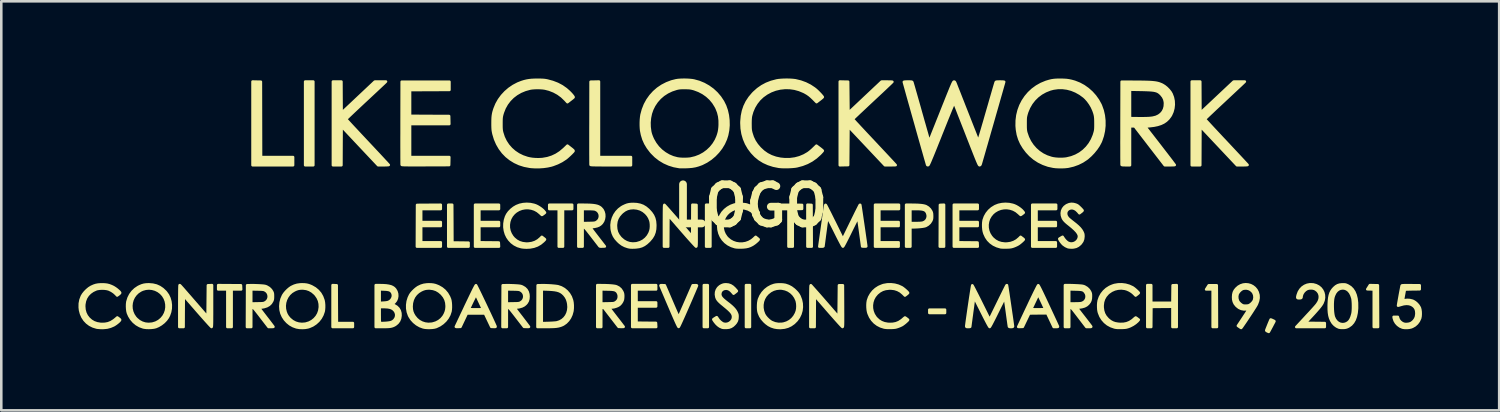
<source format=kicad_pcb>
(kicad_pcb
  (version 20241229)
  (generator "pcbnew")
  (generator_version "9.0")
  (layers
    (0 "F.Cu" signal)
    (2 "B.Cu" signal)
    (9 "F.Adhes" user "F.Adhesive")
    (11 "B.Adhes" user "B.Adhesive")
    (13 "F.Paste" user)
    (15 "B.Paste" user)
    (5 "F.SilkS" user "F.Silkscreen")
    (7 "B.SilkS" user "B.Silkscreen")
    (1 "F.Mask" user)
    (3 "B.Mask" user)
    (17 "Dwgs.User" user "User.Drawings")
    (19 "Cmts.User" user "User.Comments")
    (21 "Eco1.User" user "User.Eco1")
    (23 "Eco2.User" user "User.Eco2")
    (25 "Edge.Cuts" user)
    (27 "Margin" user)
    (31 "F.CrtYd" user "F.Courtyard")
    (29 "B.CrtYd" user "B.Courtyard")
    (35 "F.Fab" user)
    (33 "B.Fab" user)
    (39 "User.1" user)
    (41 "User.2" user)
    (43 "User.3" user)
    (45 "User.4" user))
  (footprint "LOGO"
    (layer "F.Cu")
    (at 26.106 4.946)
    (property "Reference" "LOGO" (at 0 0 0) (layer "F.SilkS") (effects (font (size 1.524 1.524) (thickness 0.3))))
    (attr through_hole)
    (fp_poly (pts (xy -16.98 -1.575) (xy -17.139 -1.575) (xy -17.297 -1.575) (xy -17.297 -3.2) (xy -17.297 -4.826) (xy -17.139 -4.826) (xy -16.98 -4.826) (xy -16.98 -3.2) (xy -16.98 -1.575)) (stroke (width 0.1) (type solid)) (fill yes) (layer "F.SilkS"))
    (fp_poly (pts (xy -1.651 4.712) (xy -1.727 4.712) (xy -1.803 4.712) (xy -1.803 3.899) (xy -1.803 3.086) (xy -1.727 3.086) (xy -1.651 3.086) (xy -1.651 3.899) (xy -1.651 4.712)) (stroke (width 0.1) (type solid)) (fill yes) (layer "F.SilkS"))
    (fp_poly (pts (xy -1.549 1.587) (xy -1.632 1.587) (xy -1.714 1.587) (xy -1.714 0.775) (xy -1.714 -0.038) (xy -1.632 -0.038) (xy -1.549 -0.038) (xy -1.549 0.775) (xy -1.549 1.587)) (stroke (width 0.1) (type solid)) (fill yes) (layer "F.SilkS"))
    (fp_poly (pts (xy -0.013 4.712) (xy -0.089 4.712) (xy -0.165 4.712) (xy -0.165 3.899) (xy -0.165 3.086) (xy -0.089 3.086) (xy -0.013 3.086) (xy -0.013 3.899) (xy -0.013 4.712)) (stroke (width 0.1) (type solid)) (fill yes) (layer "F.SilkS"))
    (fp_poly (pts (xy 2.388 1.587) (xy 2.305 1.587) (xy 2.223 1.587) (xy 2.223 0.774) (xy 2.223 -0.039) (xy 2.302 -0.036) (xy 2.381 -0.032) (xy 2.385 0.778) (xy 2.388 1.587)) (stroke (width 0.1) (type solid)) (fill yes) (layer "F.SilkS"))
    (fp_poly (pts (xy 7.531 1.587) (xy 7.448 1.587) (xy 7.366 1.587) (xy 7.369 0.778) (xy 7.372 -0.032) (xy 7.452 -0.036) (xy 7.531 -0.039) (xy 7.531 0.774) (xy 7.531 1.587)) (stroke (width 0.1) (type solid)) (fill yes) (layer "F.SilkS"))
    (fp_poly (pts (xy 7.569 4.166) (xy 7.264 4.166) (xy 6.96 4.166) (xy 6.96 4.102) (xy 6.96 4.039) (xy 7.264 4.039) (xy 7.569 4.039) (xy 7.569 4.102) (xy 7.569 4.166)) (stroke (width 0.1) (type solid)) (fill yes) (layer "F.SilkS"))
    (fp_poly (pts (xy -17.767 -1.575) (xy -18.555 -1.575) (xy -19.342 -1.575) (xy -19.342 -3.201) (xy -19.342 -4.827) (xy -19.18 -4.823) (xy -19.018 -4.82) (xy -19.015 -3.356) (xy -19.012 -1.892) (xy -18.39 -1.892) (xy -17.767 -1.892) (xy -17.767 -1.734) (xy -17.767 -1.575)) (stroke (width 0.1) (type solid)) (fill yes) (layer "F.SilkS"))
    (fp_poly (pts (xy -15.443 4.712) (xy -15.837 4.712) (xy -16.231 4.712) (xy -16.231 3.898) (xy -16.231 3.085) (xy -16.151 3.089) (xy -16.072 3.092) (xy -16.069 3.826) (xy -16.065 4.559) (xy -15.754 4.559) (xy -15.443 4.559) (xy -15.443 4.636) (xy -15.443 4.712)) (stroke (width 0.1) (type solid)) (fill yes) (layer "F.SilkS"))
    (fp_poly (pts (xy -10.947 1.587) (xy -11.341 1.587) (xy -11.735 1.587) (xy -11.735 0.775) (xy -11.735 -0.038) (xy -11.659 -0.038) (xy -11.583 -0.038) (xy -11.579 0.695) (xy -11.576 1.429) (xy -11.262 1.432) (xy -10.947 1.436) (xy -10.947 1.512) (xy -10.947 1.587)) (stroke (width 0.1) (type solid)) (fill yes) (layer "F.SilkS"))
    (fp_poly (pts (xy 18.136 4.712) (xy 18.053 4.712) (xy 17.971 4.712) (xy 17.971 3.981) (xy 17.971 3.251) (xy 17.843 3.251) (xy 17.716 3.251) (xy 17.766 3.172) (xy 17.817 3.092) (xy 17.973 3.092) (xy 18.129 3.092) (xy 18.133 3.902) (xy 18.136 4.712)) (stroke (width 0.1) (type solid)) (fill yes) (layer "F.SilkS"))
    (fp_poly (pts (xy 24.397 4.712) (xy 24.314 4.712) (xy 24.232 4.712) (xy 24.232 3.982) (xy 24.232 3.252) (xy 24.105 3.248) (xy 23.979 3.245) (xy 24.03 3.165) (xy 24.08 3.085) (xy 24.235 3.089) (xy 24.39 3.092) (xy 24.394 3.902) (xy 24.397 4.712)) (stroke (width 0.1) (type solid)) (fill yes) (layer "F.SilkS"))
    (fp_poly (pts (xy -19.785 3.251) (xy -19.97 3.251) (xy -20.155 3.251) (xy -20.155 3.981) (xy -20.155 4.712) (xy -20.237 4.712) (xy -20.32 4.712) (xy -20.32 3.981) (xy -20.32 3.251) (xy -20.498 3.251) (xy -20.676 3.251) (xy -20.676 3.168) (xy -20.676 3.086) (xy -20.234 3.089) (xy -19.793 3.092) (xy -19.789 3.172) (xy -19.785 3.251)) (stroke (width 0.1) (type solid)) (fill yes) (layer "F.SilkS"))
    (fp_poly (pts (xy -6.921 0.127) (xy -7.099 0.127) (xy -7.277 0.127) (xy -7.277 0.857) (xy -7.277 1.587) (xy -7.36 1.587) (xy -7.442 1.587) (xy -7.442 0.857) (xy -7.442 0.127) (xy -7.626 0.127) (xy -7.811 0.127) (xy -7.811 0.044) (xy -7.811 -0.038) (xy -7.366 -0.038) (xy -6.921 -0.038) (xy -6.921 0.044) (xy -6.921 0.127)) (stroke (width 0.1) (type solid)) (fill yes) (layer "F.SilkS"))
    (fp_poly (pts (xy 2.013 0.121) (xy 1.832 0.124) (xy 1.651 0.128) (xy 1.651 0.858) (xy 1.651 1.587) (xy 1.568 1.587) (xy 1.486 1.587) (xy 1.486 0.857) (xy 1.486 0.127) (xy 1.308 0.127) (xy 1.13 0.127) (xy 1.13 0.044) (xy 1.13 -0.038) (xy 1.572 -0.035) (xy 2.013 -0.032) (xy 2.013 0.044) (xy 2.013 0.121)) (stroke (width 0.1) (type solid)) (fill yes) (layer "F.SilkS"))
    (fp_poly (pts (xy -12.027 1.587) (xy -12.491 1.587) (xy -12.954 1.587) (xy -12.951 0.778) (xy -12.948 -0.032) (xy -12.487 -0.035) (xy -12.027 -0.038) (xy -12.027 0.044) (xy -12.027 0.127) (xy -12.408 0.127) (xy -12.789 0.127) (xy -12.789 0.381) (xy -12.789 0.635) (xy -12.408 0.635) (xy -12.027 0.635) (xy -12.027 0.711) (xy -12.027 0.787) (xy -12.408 0.787) (xy -12.789 0.787) (xy -12.789 1.105) (xy -12.789 1.422) (xy -12.408 1.422) (xy -12.027 1.422) (xy -12.027 1.505) (xy -12.027 1.587)) (stroke (width 0.1) (type solid)) (fill yes) (layer "F.SilkS"))
    (fp_poly (pts (xy -9.765 1.587) (xy -10.229 1.587) (xy -10.693 1.587) (xy -10.693 0.775) (xy -10.693 -0.038) (xy -10.23 -0.038) (xy -9.766 -0.038) (xy -9.766 0.044) (xy -9.766 0.127) (xy -10.147 0.127) (xy -10.528 0.127) (xy -10.528 0.381) (xy -10.528 0.635) (xy -10.147 0.635) (xy -9.766 0.635) (xy -9.766 0.711) (xy -9.766 0.787) (xy -10.147 0.787) (xy -10.528 0.787) (xy -10.528 1.105) (xy -10.528 1.422) (xy -10.15 1.425) (xy -9.773 1.429) (xy -9.769 1.508) (xy -9.765 1.587)) (stroke (width 0.1) (type solid)) (fill yes) (layer "F.SilkS"))
    (fp_poly (pts (xy -3.656 4.712) (xy -4.121 4.712) (xy -4.585 4.712) (xy -4.585 3.899) (xy -4.585 3.086) (xy -4.121 3.086) (xy -3.658 3.086) (xy -3.658 3.169) (xy -3.658 3.251) (xy -4.039 3.251) (xy -4.42 3.251) (xy -4.42 3.505) (xy -4.42 3.759) (xy -4.039 3.759) (xy -3.658 3.759) (xy -3.658 3.835) (xy -3.658 3.912) (xy -4.039 3.912) (xy -4.42 3.912) (xy -4.42 4.229) (xy -4.42 4.546) (xy -4.042 4.55) (xy -3.664 4.553) (xy -3.66 4.632) (xy -3.656 4.712)) (stroke (width 0.1) (type solid)) (fill yes) (layer "F.SilkS"))
    (fp_poly (pts (xy 5.779 0.127) (xy 5.397 0.127) (xy 5.016 0.127) (xy 5.016 0.381) (xy 5.016 0.635) (xy 5.391 0.635) (xy 5.766 0.635) (xy 5.766 0.711) (xy 5.766 0.787) (xy 5.391 0.787) (xy 5.016 0.787) (xy 5.016 1.105) (xy 5.016 1.422) (xy 5.391 1.422) (xy 5.766 1.422) (xy 5.766 1.505) (xy 5.766 1.587) (xy 5.309 1.587) (xy 4.851 1.587) (xy 4.851 0.775) (xy 4.851 -0.038) (xy 5.315 -0.038) (xy 5.779 -0.038) (xy 5.779 0.044) (xy 5.779 0.127)) (stroke (width 0.1) (type solid)) (fill yes) (layer "F.SilkS"))
    (fp_poly (pts (xy 8.84 1.587) (xy 8.376 1.587) (xy 7.912 1.587) (xy 7.912 0.775) (xy 7.912 -0.038) (xy 8.376 -0.038) (xy 8.839 -0.038) (xy 8.839 0.044) (xy 8.839 0.127) (xy 8.458 0.127) (xy 8.077 0.127) (xy 8.077 0.381) (xy 8.077 0.635) (xy 8.458 0.635) (xy 8.839 0.635) (xy 8.839 0.711) (xy 8.839 0.787) (xy 8.458 0.787) (xy 8.077 0.787) (xy 8.077 1.105) (xy 8.077 1.422) (xy 8.455 1.425) (xy 8.833 1.429) (xy 8.837 1.508) (xy 8.84 1.587)) (stroke (width 0.1) (type solid)) (fill yes) (layer "F.SilkS"))
    (fp_poly (pts (xy 11.887 0.127) (xy 11.506 0.127) (xy 11.125 0.127) (xy 11.125 0.381) (xy 11.125 0.635) (xy 11.5 0.635) (xy 11.874 0.635) (xy 11.874 0.711) (xy 11.874 0.787) (xy 11.5 0.787) (xy 11.125 0.787) (xy 11.125 1.105) (xy 11.125 1.422) (xy 11.5 1.422) (xy 11.874 1.422) (xy 11.874 1.505) (xy 11.874 1.587) (xy 11.417 1.587) (xy 10.96 1.587) (xy 10.96 0.775) (xy 10.96 -0.038) (xy 11.424 -0.038) (xy 11.887 -0.038) (xy 11.887 0.044) (xy 11.887 0.127)) (stroke (width 0.1) (type solid)) (fill yes) (layer "F.SilkS"))
    (fp_poly (pts (xy 16.573 4.712) (xy 16.491 4.712) (xy 16.408 4.712) (xy 16.408 4.318) (xy 16.408 3.924) (xy 15.999 3.927) (xy 15.589 3.931) (xy 15.586 4.321) (xy 15.583 4.712) (xy 15.507 4.712) (xy 15.431 4.712) (xy 15.431 3.899) (xy 15.431 3.086) (xy 15.507 3.086) (xy 15.583 3.086) (xy 15.583 3.429) (xy 15.583 3.772) (xy 15.995 3.772) (xy 16.408 3.772) (xy 16.411 3.432) (xy 16.415 3.092) (xy 16.494 3.089) (xy 16.573 3.085) (xy 16.573 3.898) (xy 16.573 4.712)) (stroke (width 0.1) (type solid)) (fill yes) (layer "F.SilkS"))
    (fp_poly (pts (xy 20.371 4.488) (xy 20.365 4.501) (xy 20.35 4.531) (xy 20.327 4.574) (xy 20.299 4.627) (xy 20.269 4.685) (xy 20.237 4.744) (xy 20.208 4.799) (xy 20.182 4.846) (xy 20.163 4.881) (xy 20.152 4.9) (xy 20.15 4.902) (xy 20.139 4.897) (xy 20.112 4.886) (xy 20.101 4.881) (xy 20.071 4.865) (xy 20.054 4.85) (xy 20.053 4.846) (xy 20.058 4.831) (xy 20.07 4.797) (xy 20.089 4.749) (xy 20.112 4.692) (xy 20.136 4.631) (xy 20.161 4.57) (xy 20.185 4.513) (xy 20.204 4.467) (xy 20.219 4.434) (xy 20.225 4.421) (xy 20.238 4.424) (xy 20.266 4.434) (xy 20.3 4.45) (xy 20.335 4.466) (xy 20.361 4.48) (xy 20.371 4.488)) (stroke (width 0.1) (type solid)) (fill yes) (layer "F.SilkS"))
    (fp_poly (pts (xy -4.636 -1.575) (xy -5.417 -1.575) (xy -5.584 -1.575) (xy -5.728 -1.575) (xy -5.849 -1.576) (xy -5.949 -1.577) (xy -6.03 -1.578) (xy -6.094 -1.579) (xy -6.142 -1.581) (xy -6.175 -1.584) (xy -6.195 -1.587) (xy -6.204 -1.59) (xy -6.204 -1.591) (xy -6.205 -1.605) (xy -6.206 -1.643) (xy -6.206 -1.704) (xy -6.207 -1.786) (xy -6.207 -1.886) (xy -6.208 -2.005) (xy -6.208 -2.139) (xy -6.208 -2.289) (xy -6.208 -2.451) (xy -6.208 -2.625) (xy -6.208 -2.81) (xy -6.208 -3.002) (xy -6.207 -3.202) (xy -6.207 -3.213) (xy -6.204 -4.82) (xy -6.042 -4.823) (xy -5.88 -4.827) (xy -5.88 -3.36) (xy -5.88 -1.892) (xy -5.258 -1.892) (xy -4.636 -1.892) (xy -4.636 -1.734) (xy -4.636 -1.575)) (stroke (width 0.1) (type solid)) (fill yes) (layer "F.SilkS"))
    (fp_poly (pts (xy -11.69 -4.502) (xy -12.456 -4.499) (xy -13.221 -4.496) (xy -13.221 -3.994) (xy -13.221 -3.493) (xy -12.462 -3.489) (xy -11.703 -3.486) (xy -11.699 -3.331) (xy -11.696 -3.175) (xy -12.458 -3.175) (xy -13.221 -3.175) (xy -13.221 -2.534) (xy -13.221 -1.892) (xy -12.458 -1.892) (xy -11.696 -1.892) (xy -11.699 -1.737) (xy -11.703 -1.581) (xy -12.621 -1.578) (xy -12.803 -1.577) (xy -12.96 -1.577) (xy -13.095 -1.577) (xy -13.209 -1.577) (xy -13.304 -1.578) (xy -13.381 -1.579) (xy -13.441 -1.58) (xy -13.486 -1.582) (xy -13.517 -1.584) (xy -13.536 -1.587) (xy -13.544 -1.59) (xy -13.545 -1.591) (xy -13.546 -1.605) (xy -13.546 -1.643) (xy -13.547 -1.704) (xy -13.547 -1.786) (xy -13.548 -1.886) (xy -13.548 -2.005) (xy -13.548 -2.139) (xy -13.549 -2.289) (xy -13.549 -2.451) (xy -13.549 -2.625) (xy -13.548 -2.81) (xy -13.548 -3.002) (xy -13.548 -3.202) (xy -13.548 -3.213) (xy -13.545 -4.82) (xy -12.617 -4.82) (xy -11.69 -4.82) (xy -11.69 -4.661) (xy -11.69 -4.502)) (stroke (width 0.1) (type solid)) (fill yes) (layer "F.SilkS"))
    (fp_poly (pts (xy -2.085 1.2) (xy -2.085 1.298) (xy -2.085 1.378) (xy -2.086 1.442) (xy -2.087 1.491) (xy -2.089 1.528) (xy -2.091 1.554) (xy -2.093 1.571) (xy -2.096 1.581) (xy -2.1 1.586) (xy -2.105 1.587) (xy -2.105 1.587) (xy -2.117 1.577) (xy -2.145 1.549) (xy -2.187 1.505) (xy -2.242 1.445) (xy -2.309 1.371) (xy -2.387 1.284) (xy -2.474 1.186) (xy -2.569 1.077) (xy -2.654 0.98) (xy -3.181 0.373) (xy -3.185 0.98) (xy -3.188 1.587) (xy -3.27 1.587) (xy -3.353 1.587) (xy -3.353 0.774) (xy -3.353 0.604) (xy -3.352 0.458) (xy -3.352 0.334) (xy -3.351 0.232) (xy -3.35 0.148) (xy -3.349 0.082) (xy -3.347 0.033) (xy -3.345 -0.002) (xy -3.342 -0.024) (xy -3.339 -0.034) (xy -3.337 -0.035) (xy -3.326 -0.025) (xy -3.3 0.003) (xy -3.26 0.047) (xy -3.208 0.105) (xy -3.145 0.176) (xy -3.073 0.258) (xy -2.993 0.349) (xy -2.906 0.448) (xy -2.814 0.554) (xy -2.788 0.584) (xy -2.254 1.198) (xy -2.251 0.579) (xy -2.248 -0.039) (xy -2.168 -0.036) (xy -2.089 -0.032) (xy -2.086 0.778) (xy -2.085 0.941) (xy -2.085 1.081) (xy -2.085 1.2)) (stroke (width 0.1) (type solid)) (fill yes) (layer "F.SilkS"))
    (fp_poly (pts (xy 3.605 4.324) (xy 3.605 4.422) (xy 3.605 4.502) (xy 3.604 4.566) (xy 3.603 4.616) (xy 3.601 4.652) (xy 3.599 4.678) (xy 3.596 4.695) (xy 3.593 4.705) (xy 3.589 4.71) (xy 3.585 4.711) (xy 3.585 4.711) (xy 3.572 4.701) (xy 3.544 4.674) (xy 3.502 4.629) (xy 3.447 4.569) (xy 3.38 4.495) (xy 3.303 4.409) (xy 3.216 4.31) (xy 3.12 4.201) (xy 3.035 4.104) (xy 2.508 3.497) (xy 2.505 4.105) (xy 2.502 4.712) (xy 2.419 4.712) (xy 2.337 4.712) (xy 2.337 3.898) (xy 2.337 3.728) (xy 2.337 3.582) (xy 2.338 3.459) (xy 2.339 3.356) (xy 2.34 3.272) (xy 2.341 3.207) (xy 2.343 3.157) (xy 2.345 3.122) (xy 2.348 3.1) (xy 2.351 3.09) (xy 2.353 3.089) (xy 2.364 3.099) (xy 2.39 3.127) (xy 2.429 3.171) (xy 2.481 3.229) (xy 2.544 3.3) (xy 2.617 3.382) (xy 2.697 3.473) (xy 2.784 3.572) (xy 2.876 3.678) (xy 2.902 3.708) (xy 3.435 4.322) (xy 3.442 3.707) (xy 3.448 3.092) (xy 3.524 3.092) (xy 3.6 3.092) (xy 3.604 3.902) (xy 3.604 4.066) (xy 3.605 4.206) (xy 3.605 4.324)) (stroke (width 0.1) (type solid)) (fill yes) (layer "F.SilkS"))
    (fp_poly (pts (xy -20.917 3.898) (xy -20.917 4.064) (xy -20.917 4.206) (xy -20.918 4.327) (xy -20.918 4.427) (xy -20.919 4.509) (xy -20.92 4.574) (xy -20.922 4.624) (xy -20.924 4.661) (xy -20.926 4.686) (xy -20.929 4.702) (xy -20.932 4.71) (xy -20.935 4.712) (xy -20.947 4.702) (xy -20.973 4.675) (xy -21.013 4.633) (xy -21.066 4.575) (xy -21.129 4.505) (xy -21.202 4.424) (xy -21.282 4.333) (xy -21.369 4.235) (xy -21.461 4.13) (xy -21.485 4.103) (xy -22.015 3.494) (xy -22.019 4.103) (xy -22.022 4.712) (xy -22.104 4.712) (xy -22.187 4.712) (xy -22.187 3.899) (xy -22.187 3.736) (xy -22.186 3.589) (xy -22.185 3.458) (xy -22.184 3.344) (xy -22.183 3.249) (xy -22.181 3.175) (xy -22.179 3.122) (xy -22.177 3.092) (xy -22.175 3.086) (xy -22.172 3.086) (xy -22.169 3.087) (xy -22.164 3.089) (xy -22.157 3.096) (xy -22.145 3.107) (xy -22.129 3.124) (xy -22.107 3.149) (xy -22.077 3.182) (xy -22.038 3.226) (xy -21.99 3.281) (xy -21.93 3.35) (xy -21.858 3.433) (xy -21.772 3.531) (xy -21.672 3.647) (xy -21.609 3.719) (xy -21.088 4.319) (xy -21.082 3.706) (xy -21.076 3.092) (xy -20.996 3.089) (xy -20.917 3.085) (xy -20.917 3.898)) (stroke (width 0.1) (type solid)) (fill yes) (layer "F.SilkS"))
    (fp_poly (pts (xy 7.067 0.4) (xy 7.066 0.46) (xy 7.062 0.503) (xy 7.053 0.539) (xy 7.037 0.576) (xy 7.032 0.587) (xy 6.979 0.667) (xy 6.908 0.733) (xy 6.898 0.739) (xy 6.898 0.435) (xy 6.897 0.358) (xy 6.874 0.28) (xy 6.871 0.275) (xy 6.845 0.229) (xy 6.813 0.194) (xy 6.772 0.168) (xy 6.719 0.149) (xy 6.651 0.136) (xy 6.564 0.129) (xy 6.455 0.127) (xy 6.437 0.127) (xy 6.223 0.127) (xy 6.223 0.4) (xy 6.223 0.673) (xy 6.437 0.673) (xy 6.535 0.672) (xy 6.612 0.669) (xy 6.669 0.663) (xy 6.71 0.655) (xy 6.713 0.654) (xy 6.784 0.621) (xy 6.84 0.571) (xy 6.878 0.507) (xy 6.898 0.435) (xy 6.898 0.739) (xy 6.825 0.782) (xy 6.81 0.788) (xy 6.761 0.801) (xy 6.691 0.813) (xy 6.606 0.823) (xy 6.51 0.831) (xy 6.408 0.836) (xy 6.321 0.838) (xy 6.223 0.838) (xy 6.223 1.213) (xy 6.223 1.587) (xy 6.14 1.587) (xy 6.058 1.587) (xy 6.058 0.775) (xy 6.058 -0.038) (xy 6.258 -0.038) (xy 6.404 -0.036) (xy 6.527 -0.032) (xy 6.63 -0.024) (xy 6.713 -0.013) (xy 6.779 0.001) (xy 6.831 0.019) (xy 6.832 0.02) (xy 6.914 0.07) (xy 6.984 0.138) (xy 7.035 0.218) (xy 7.039 0.226) (xy 7.054 0.266) (xy 7.063 0.311) (xy 7.066 0.37) (xy 7.067 0.4)) (stroke (width 0.1) (type solid)) (fill yes) (layer "F.SilkS"))
    (fp_poly (pts (xy -14.048 -1.586) (xy -14.059 -1.582) (xy -14.091 -1.579) (xy -14.14 -1.577) (xy -14.202 -1.575) (xy -14.253 -1.575) (xy -14.462 -1.575) (xy -15.172 -2.329) (xy -15.881 -3.083) (xy -15.885 -2.329) (xy -15.888 -1.575) (xy -16.053 -1.575) (xy -16.218 -1.575) (xy -16.218 -3.2) (xy -16.218 -4.826) (xy -16.053 -4.826) (xy -15.888 -4.826) (xy -15.885 -4.218) (xy -15.881 -3.611) (xy -15.236 -4.218) (xy -14.59 -4.826) (xy -14.372 -4.826) (xy -14.155 -4.826) (xy -14.205 -4.776) (xy -14.222 -4.76) (xy -14.257 -4.727) (xy -14.306 -4.681) (xy -14.37 -4.621) (xy -14.446 -4.55) (xy -14.533 -4.468) (xy -14.63 -4.378) (xy -14.734 -4.281) (xy -14.844 -4.178) (xy -14.959 -4.071) (xy -14.98 -4.052) (xy -15.094 -3.945) (xy -15.203 -3.843) (xy -15.304 -3.748) (xy -15.398 -3.66) (xy -15.481 -3.581) (xy -15.554 -3.512) (xy -15.613 -3.455) (xy -15.659 -3.411) (xy -15.69 -3.381) (xy -15.703 -3.366) (xy -15.704 -3.365) (xy -15.695 -3.355) (xy -15.67 -3.327) (xy -15.631 -3.283) (xy -15.577 -3.225) (xy -15.511 -3.153) (xy -15.433 -3.069) (xy -15.345 -2.975) (xy -15.248 -2.871) (xy -15.144 -2.759) (xy -15.032 -2.64) (xy -14.915 -2.515) (xy -14.878 -2.476) (xy -14.76 -2.35) (xy -14.646 -2.229) (xy -14.539 -2.114) (xy -14.439 -2.008) (xy -14.348 -1.91) (xy -14.267 -1.823) (xy -14.197 -1.747) (xy -14.138 -1.685) (xy -14.094 -1.636) (xy -14.064 -1.603) (xy -14.049 -1.587) (xy -14.048 -1.586)) (stroke (width 0.1) (type solid)) (fill yes) (layer "F.SilkS"))
    (fp_poly (pts (xy 19.327 -1.586) (xy 19.317 -1.582) (xy 19.284 -1.579) (xy 19.234 -1.576) (xy 19.169 -1.575) (xy 19.123 -1.575) (xy 18.914 -1.575) (xy 18.204 -2.329) (xy 17.494 -3.083) (xy 17.491 -2.329) (xy 17.488 -1.575) (xy 17.323 -1.575) (xy 17.158 -1.575) (xy 17.158 -3.2) (xy 17.158 -4.826) (xy 17.323 -4.826) (xy 17.488 -4.826) (xy 17.491 -4.218) (xy 17.494 -3.611) (xy 18.14 -4.218) (xy 18.787 -4.826) (xy 19.004 -4.826) (xy 19.221 -4.826) (xy 19.164 -4.77) (xy 19.146 -4.753) (xy 19.11 -4.719) (xy 19.06 -4.671) (xy 18.995 -4.611) (xy 18.918 -4.539) (xy 18.83 -4.457) (xy 18.733 -4.366) (xy 18.629 -4.269) (xy 18.518 -4.165) (xy 18.404 -4.058) (xy 18.39 -4.045) (xy 18.276 -3.939) (xy 18.168 -3.838) (xy 18.066 -3.743) (xy 17.974 -3.655) (xy 17.891 -3.577) (xy 17.819 -3.509) (xy 17.76 -3.452) (xy 17.715 -3.409) (xy 17.685 -3.38) (xy 17.672 -3.366) (xy 17.672 -3.365) (xy 17.681 -3.355) (xy 17.705 -3.327) (xy 17.745 -3.283) (xy 17.799 -3.225) (xy 17.865 -3.153) (xy 17.942 -3.07) (xy 18.03 -2.975) (xy 18.127 -2.871) (xy 18.232 -2.759) (xy 18.343 -2.64) (xy 18.46 -2.516) (xy 18.498 -2.476) (xy 18.616 -2.35) (xy 18.729 -2.229) (xy 18.836 -2.115) (xy 18.936 -2.008) (xy 19.027 -1.911) (xy 19.109 -1.823) (xy 19.179 -1.748) (xy 19.237 -1.685) (xy 19.282 -1.637) (xy 19.312 -1.604) (xy 19.326 -1.588) (xy 19.327 -1.586)) (stroke (width 0.1) (type solid)) (fill yes) (layer "F.SilkS"))
    (fp_poly (pts (xy -2.071 3.101) (xy -2.076 3.116) (xy -2.09 3.151) (xy -2.113 3.206) (xy -2.144 3.278) (xy -2.181 3.366) (xy -2.225 3.467) (xy -2.273 3.581) (xy -2.326 3.703) (xy -2.383 3.834) (xy -2.417 3.911) (xy -2.492 4.083) (xy -2.559 4.235) (xy -2.618 4.367) (xy -2.668 4.478) (xy -2.709 4.568) (xy -2.742 4.637) (xy -2.765 4.683) (xy -2.779 4.706) (xy -2.782 4.709) (xy -2.789 4.704) (xy -2.8 4.687) (xy -2.816 4.656) (xy -2.838 4.611) (xy -2.867 4.549) (xy -2.902 4.471) (xy -2.945 4.374) (xy -2.996 4.258) (xy -3.055 4.121) (xy -3.123 3.962) (xy -3.14 3.922) (xy -3.198 3.787) (xy -3.253 3.659) (xy -3.303 3.54) (xy -3.35 3.431) (xy -3.391 3.335) (xy -3.426 3.253) (xy -3.454 3.187) (xy -3.474 3.14) (xy -3.485 3.113) (xy -3.487 3.108) (xy -3.489 3.096) (xy -3.482 3.089) (xy -3.459 3.087) (xy -3.416 3.088) (xy -3.408 3.089) (xy -3.321 3.092) (xy -3.055 3.712) (xy -3.005 3.829) (xy -2.957 3.94) (xy -2.913 4.041) (xy -2.874 4.13) (xy -2.84 4.206) (xy -2.813 4.265) (xy -2.794 4.307) (xy -2.784 4.328) (xy -2.782 4.33) (xy -2.776 4.319) (xy -2.761 4.286) (xy -2.737 4.235) (xy -2.706 4.166) (xy -2.669 4.083) (xy -2.627 3.987) (xy -2.58 3.881) (xy -2.53 3.766) (xy -2.506 3.711) (xy -2.237 3.092) (xy -2.154 3.089) (xy -2.106 3.088) (xy -2.08 3.092) (xy -2.071 3.1) (xy -2.071 3.101)) (stroke (width 0.1) (type solid)) (fill yes) (layer "F.SilkS"))
    (fp_poly (pts (xy -6.9 3.973) (xy -6.909 4.072) (xy -6.914 4.102) (xy -6.95 4.232) (xy -7.005 4.351) (xy -7.06 4.433) (xy -7.06 3.939) (xy -7.07 3.811) (xy -7.087 3.727) (xy -7.119 3.629) (xy -7.163 3.545) (xy -7.224 3.465) (xy -7.241 3.447) (xy -7.297 3.394) (xy -7.358 3.352) (xy -7.428 3.318) (xy -7.508 3.293) (xy -7.604 3.275) (xy -7.717 3.263) (xy -7.853 3.255) (xy -7.864 3.255) (xy -8.103 3.247) (xy -8.103 3.905) (xy -8.103 4.563) (xy -7.845 4.556) (xy -7.762 4.553) (xy -7.682 4.549) (xy -7.612 4.544) (xy -7.556 4.539) (xy -7.52 4.534) (xy -7.518 4.534) (xy -7.405 4.497) (xy -7.306 4.441) (xy -7.222 4.367) (xy -7.154 4.278) (xy -7.104 4.175) (xy -7.072 4.062) (xy -7.06 3.939) (xy -7.06 4.433) (xy -7.076 4.455) (xy -7.161 4.543) (xy -7.258 4.612) (xy -7.291 4.629) (xy -7.345 4.652) (xy -7.4 4.67) (xy -7.459 4.685) (xy -7.526 4.696) (xy -7.605 4.704) (xy -7.699 4.708) (xy -7.812 4.711) (xy -7.939 4.712) (xy -8.268 4.712) (xy -8.265 3.902) (xy -8.261 3.092) (xy -8.115 3.089) (xy -8.033 3.088) (xy -7.941 3.09) (xy -7.843 3.094) (xy -7.745 3.099) (xy -7.653 3.107) (xy -7.571 3.115) (xy -7.505 3.124) (xy -7.471 3.13) (xy -7.345 3.173) (xy -7.23 3.238) (xy -7.129 3.322) (xy -7.043 3.423) (xy -6.975 3.539) (xy -6.928 3.669) (xy -6.927 3.67) (xy -6.909 3.761) (xy -6.9 3.865) (xy -6.9 3.973)) (stroke (width 0.1) (type solid)) (fill yes) (layer "F.SilkS"))
    (fp_poly (pts (xy 22.327 4.712) (xy 21.773 4.712) (xy 21.22 4.712) (xy 21.529 4.38) (xy 21.63 4.27) (xy 21.716 4.178) (xy 21.788 4.1) (xy 21.847 4.035) (xy 21.895 3.982) (xy 21.935 3.937) (xy 21.968 3.9) (xy 21.995 3.868) (xy 22.018 3.839) (xy 22.037 3.814) (xy 22.093 3.724) (xy 22.126 3.633) (xy 22.137 3.544) (xy 22.127 3.458) (xy 22.096 3.38) (xy 22.045 3.311) (xy 21.974 3.255) (xy 21.924 3.23) (xy 21.866 3.214) (xy 21.795 3.209) (xy 21.722 3.213) (xy 21.657 3.228) (xy 21.641 3.235) (xy 21.573 3.277) (xy 21.512 3.336) (xy 21.465 3.405) (xy 21.45 3.438) (xy 21.436 3.48) (xy 21.427 3.515) (xy 21.425 3.53) (xy 21.422 3.564) (xy 21.408 3.583) (xy 21.38 3.592) (xy 21.335 3.594) (xy 21.295 3.593) (xy 21.271 3.587) (xy 21.26 3.571) (xy 21.261 3.541) (xy 21.271 3.493) (xy 21.279 3.463) (xy 21.32 3.352) (xy 21.379 3.256) (xy 21.454 3.176) (xy 21.543 3.115) (xy 21.643 3.073) (xy 21.751 3.053) (xy 21.866 3.057) (xy 21.883 3.059) (xy 21.991 3.089) (xy 22.085 3.137) (xy 22.164 3.202) (xy 22.225 3.281) (xy 22.269 3.37) (xy 22.293 3.468) (xy 22.297 3.571) (xy 22.279 3.677) (xy 22.238 3.783) (xy 22.229 3.799) (xy 22.204 3.84) (xy 22.169 3.89) (xy 22.123 3.949) (xy 22.064 4.02) (xy 21.991 4.103) (xy 21.903 4.201) (xy 21.807 4.305) (xy 21.577 4.553) (xy 21.952 4.556) (xy 22.327 4.56) (xy 22.327 4.636) (xy 22.327 4.712)) (stroke (width 0.1) (type solid)) (fill yes) (layer "F.SilkS"))
    (fp_poly (pts (xy 5.652 -1.58) (xy 5.639 -1.579) (xy 5.606 -1.577) (xy 5.556 -1.576) (xy 5.493 -1.575) (xy 5.442 -1.575) (xy 5.233 -1.575) (xy 4.525 -2.326) (xy 3.816 -3.078) (xy 3.81 -2.329) (xy 3.804 -1.581) (xy 3.642 -1.578) (xy 3.48 -1.574) (xy 3.48 -3.2) (xy 3.48 -4.827) (xy 3.642 -4.823) (xy 3.804 -4.82) (xy 3.81 -4.216) (xy 3.816 -3.613) (xy 4.261 -4.032) (xy 4.359 -4.124) (xy 4.458 -4.218) (xy 4.556 -4.31) (xy 4.649 -4.398) (xy 4.736 -4.479) (xy 4.811 -4.55) (xy 4.873 -4.609) (xy 4.905 -4.638) (xy 5.104 -4.826) (xy 5.314 -4.826) (xy 5.384 -4.825) (xy 5.444 -4.824) (xy 5.49 -4.822) (xy 5.518 -4.819) (xy 5.524 -4.816) (xy 5.515 -4.807) (xy 5.489 -4.781) (xy 5.447 -4.74) (xy 5.39 -4.686) (xy 5.32 -4.62) (xy 5.239 -4.543) (xy 5.147 -4.456) (xy 5.046 -4.362) (xy 4.937 -4.26) (xy 4.822 -4.153) (xy 4.756 -4.091) (xy 4.638 -3.981) (xy 4.526 -3.876) (xy 4.421 -3.777) (xy 4.324 -3.686) (xy 4.236 -3.604) (xy 4.16 -3.531) (xy 4.095 -3.47) (xy 4.045 -3.422) (xy 4.01 -3.388) (xy 3.991 -3.369) (xy 3.988 -3.366) (xy 3.996 -3.355) (xy 4.021 -3.328) (xy 4.061 -3.285) (xy 4.114 -3.226) (xy 4.181 -3.155) (xy 4.258 -3.071) (xy 4.346 -2.977) (xy 4.443 -2.873) (xy 4.548 -2.761) (xy 4.66 -2.642) (xy 4.777 -2.517) (xy 4.82 -2.472) (xy 4.938 -2.345) (xy 5.052 -2.224) (xy 5.159 -2.11) (xy 5.259 -2.003) (xy 5.351 -1.905) (xy 5.432 -1.818) (xy 5.503 -1.742) (xy 5.561 -1.68) (xy 5.606 -1.631) (xy 5.636 -1.598) (xy 5.65 -1.582) (xy 5.652 -1.58)) (stroke (width 0.1) (type solid)) (fill yes) (layer "F.SilkS"))
    (fp_poly (pts (xy -7.976 1.308) (xy -7.984 1.32) (xy -8.006 1.344) (xy -8.038 1.376) (xy -8.042 1.38) (xy -8.153 1.472) (xy -8.275 1.542) (xy -8.408 1.59) (xy -8.555 1.618) (xy -8.697 1.625) (xy -8.762 1.622) (xy -8.828 1.617) (xy -8.883 1.609) (xy -8.898 1.607) (xy -9.039 1.565) (xy -9.164 1.502) (xy -9.274 1.42) (xy -9.371 1.316) (xy -9.439 1.217) (xy -9.496 1.099) (xy -9.534 0.969) (xy -9.553 0.833) (xy -9.551 0.694) (xy -9.53 0.558) (xy -9.49 0.43) (xy -9.445 0.339) (xy -9.377 0.244) (xy -9.29 0.155) (xy -9.189 0.075) (xy -9.085 0.014) (xy -8.962 -0.034) (xy -8.828 -0.063) (xy -8.686 -0.073) (xy -8.544 -0.064) (xy -8.407 -0.035) (xy -8.34 -0.013) (xy -8.271 0.019) (xy -8.196 0.063) (xy -8.123 0.114) (xy -8.06 0.166) (xy -8.027 0.201) (xy -8 0.233) (xy -7.982 0.257) (xy -7.976 0.267) (xy -7.986 0.277) (xy -8.009 0.296) (xy -8.039 0.319) (xy -8.069 0.34) (xy -8.09 0.353) (xy -8.096 0.356) (xy -8.108 0.347) (xy -8.133 0.325) (xy -8.165 0.294) (xy -8.172 0.288) (xy -8.272 0.207) (xy -8.382 0.147) (xy -8.501 0.108) (xy -8.625 0.089) (xy -8.75 0.091) (xy -8.873 0.114) (xy -8.991 0.158) (xy -9.101 0.223) (xy -9.183 0.292) (xy -9.266 0.39) (xy -9.327 0.498) (xy -9.367 0.614) (xy -9.385 0.735) (xy -9.383 0.857) (xy -9.359 0.977) (xy -9.313 1.091) (xy -9.247 1.198) (xy -9.184 1.271) (xy -9.083 1.355) (xy -8.972 1.416) (xy -8.849 1.454) (xy -8.715 1.471) (xy -8.624 1.47) (xy -8.488 1.45) (xy -8.362 1.408) (xy -8.249 1.344) (xy -8.149 1.259) (xy -8.099 1.208) (xy -8.037 1.255) (xy -8.005 1.28) (xy -7.982 1.3) (xy -7.976 1.308)) (stroke (width 0.1) (type solid)) (fill yes) (layer "F.SilkS"))
    (fp_poly (pts (xy -22.519 3.857) (xy -22.522 3.994) (xy -22.546 4.128) (xy -22.591 4.257) (xy -22.634 4.341) (xy -22.685 4.412) (xy -22.685 3.949) (xy -22.688 3.827) (xy -22.711 3.707) (xy -22.755 3.593) (xy -22.82 3.486) (xy -22.906 3.392) (xy -23.008 3.315) (xy -23.122 3.259) (xy -23.243 3.225) (xy -23.367 3.213) (xy -23.492 3.224) (xy -23.615 3.258) (xy -23.69 3.293) (xy -23.797 3.363) (xy -23.885 3.449) (xy -23.956 3.547) (xy -24.008 3.655) (xy -24.04 3.77) (xy -24.053 3.888) (xy -24.046 4.007) (xy -24.018 4.124) (xy -23.97 4.236) (xy -23.9 4.341) (xy -23.85 4.396) (xy -23.747 4.482) (xy -23.634 4.543) (xy -23.514 4.581) (xy -23.387 4.595) (xy -23.254 4.584) (xy -23.225 4.579) (xy -23.1 4.54) (xy -22.986 4.478) (xy -22.885 4.394) (xy -22.885 4.394) (xy -22.803 4.296) (xy -22.743 4.187) (xy -22.703 4.07) (xy -22.685 3.949) (xy -22.685 4.412) (xy -22.702 4.436) (xy -22.79 4.527) (xy -22.891 4.606) (xy -23 4.671) (xy -23.101 4.714) (xy -23.178 4.732) (xy -23.271 4.743) (xy -23.371 4.747) (xy -23.469 4.744) (xy -23.557 4.733) (xy -23.594 4.725) (xy -23.729 4.676) (xy -23.853 4.605) (xy -23.963 4.514) (xy -24.057 4.406) (xy -24.134 4.282) (xy -24.183 4.169) (xy -24.201 4.098) (xy -24.212 4.01) (xy -24.217 3.915) (xy -24.215 3.822) (xy -24.205 3.737) (xy -24.201 3.718) (xy -24.158 3.58) (xy -24.093 3.452) (xy -24.008 3.338) (xy -23.905 3.239) (xy -23.787 3.159) (xy -23.73 3.13) (xy -23.643 3.094) (xy -23.562 3.071) (xy -23.477 3.059) (xy -23.379 3.055) (xy -23.368 3.055) (xy -23.218 3.067) (xy -23.079 3.1) (xy -22.952 3.157) (xy -22.835 3.236) (xy -22.726 3.339) (xy -22.702 3.367) (xy -22.627 3.473) (xy -22.571 3.593) (xy -22.535 3.722) (xy -22.519 3.857)) (stroke (width 0.1) (type solid)) (fill yes) (layer "F.SilkS"))
    (fp_poly (pts (xy 0.329 0.264) (xy 0.316 0.279) (xy 0.29 0.302) (xy 0.268 0.32) (xy 0.213 0.362) (xy 0.135 0.286) (xy 0.033 0.204) (xy -0.081 0.143) (xy -0.207 0.105) (xy -0.343 0.089) (xy -0.368 0.089) (xy -0.483 0.096) (xy -0.587 0.12) (xy -0.692 0.162) (xy -0.716 0.175) (xy -0.822 0.244) (xy -0.911 0.328) (xy -0.981 0.426) (xy -1.032 0.533) (xy -1.065 0.647) (xy -1.078 0.764) (xy -1.071 0.883) (xy -1.044 1) (xy -0.996 1.111) (xy -0.927 1.215) (xy -0.877 1.269) (xy -0.778 1.351) (xy -0.667 1.412) (xy -0.548 1.453) (xy -0.424 1.472) (xy -0.298 1.471) (xy -0.174 1.45) (xy -0.055 1.407) (xy 0.056 1.344) (xy 0.132 1.282) (xy 0.211 1.208) (xy 0.267 1.253) (xy 0.299 1.279) (xy 0.321 1.299) (xy 0.327 1.307) (xy 0.321 1.322) (xy 0.298 1.348) (xy 0.263 1.381) (xy 0.221 1.418) (xy 0.175 1.455) (xy 0.13 1.487) (xy 0.091 1.513) (xy 0.086 1.516) (xy 0.004 1.557) (xy -0.075 1.586) (xy -0.159 1.605) (xy -0.254 1.616) (xy -0.343 1.621) (xy -0.45 1.621) (xy -0.534 1.616) (xy -0.591 1.608) (xy -0.733 1.563) (xy -0.86 1.498) (xy -0.971 1.415) (xy -1.065 1.316) (xy -1.141 1.201) (xy -1.197 1.072) (xy -1.232 0.931) (xy -1.245 0.78) (xy -1.245 0.77) (xy -1.239 0.653) (xy -1.22 0.549) (xy -1.186 0.448) (xy -1.151 0.375) (xy -1.08 0.262) (xy -0.988 0.162) (xy -0.88 0.076) (xy -0.757 0.006) (xy -0.625 -0.043) (xy -0.61 -0.047) (xy -0.539 -0.06) (xy -0.453 -0.067) (xy -0.359 -0.069) (xy -0.267 -0.065) (xy -0.185 -0.056) (xy -0.14 -0.047) (xy -0.011 -0.002) (xy 0.111 0.062) (xy 0.218 0.142) (xy 0.243 0.164) (xy 0.281 0.202) (xy 0.31 0.235) (xy 0.326 0.257) (xy 0.329 0.264)) (stroke (width 0.1) (type solid)) (fill yes) (layer "F.SilkS"))
    (fp_poly (pts (xy -5.651 1.581) (xy -5.75 1.585) (xy -5.801 1.586) (xy -5.834 1.584) (xy -5.853 1.577) (xy -5.864 1.566) (xy -5.875 1.551) (xy -5.9 1.518) (xy -5.937 1.47) (xy -5.984 1.41) (xy -6.038 1.339) (xy -6.099 1.261) (xy -6.15 1.194) (xy -6.222 1.101) (xy -6.281 1.026) (xy -6.327 0.967) (xy -6.364 0.922) (xy -6.392 0.89) (xy -6.413 0.868) (xy -6.43 0.854) (xy -6.444 0.846) (xy -6.457 0.842) (xy -6.468 0.841) (xy -6.515 0.837) (xy -6.515 1.212) (xy -6.515 1.587) (xy -6.598 1.587) (xy -6.68 1.587) (xy -6.68 0.775) (xy -6.68 -0.038) (xy -6.48 -0.038) (xy -6.336 -0.036) (xy -6.214 -0.032) (xy -6.112 -0.024) (xy -6.027 -0.012) (xy -5.956 0.004) (xy -5.898 0.025) (xy -5.848 0.052) (xy -5.804 0.085) (xy -5.803 0.086) (xy -5.742 0.155) (xy -5.701 0.237) (xy -5.677 0.326) (xy -5.673 0.42) (xy -5.687 0.512) (xy -5.718 0.598) (xy -5.768 0.675) (xy -5.82 0.725) (xy -5.842 0.74) (xy -5.842 0.394) (xy -5.854 0.317) (xy -5.888 0.248) (xy -5.939 0.192) (xy -6.006 0.153) (xy -6.048 0.14) (xy -6.082 0.136) (xy -6.136 0.132) (xy -6.203 0.129) (xy -6.277 0.127) (xy -6.313 0.127) (xy -6.515 0.127) (xy -6.515 0.401) (xy -6.515 0.675) (xy -6.277 0.671) (xy -6.192 0.669) (xy -6.128 0.667) (xy -6.081 0.664) (xy -6.046 0.659) (xy -6.021 0.653) (xy -6 0.645) (xy -5.988 0.639) (xy -5.919 0.59) (xy -5.872 0.528) (xy -5.847 0.453) (xy -5.842 0.394) (xy -5.842 0.74) (xy -5.883 0.767) (xy -5.956 0.796) (xy -6.044 0.816) (xy -6.109 0.825) (xy -6.157 0.83) (xy -6.194 0.835) (xy -6.214 0.839) (xy -6.216 0.84) (xy -6.21 0.851) (xy -6.19 0.879) (xy -6.157 0.923) (xy -6.114 0.981) (xy -6.062 1.049) (xy -6.003 1.126) (xy -5.938 1.21) (xy -5.936 1.213) (xy -5.651 1.581)) (stroke (width 0.1) (type solid)) (fill yes) (layer "F.SilkS"))
    (fp_poly (pts (xy -4.919 4.703) (xy -4.928 4.707) (xy -4.956 4.709) (xy -4.999 4.71) (xy -5.015 4.709) (xy -5.117 4.705) (xy -5.401 4.337) (xy -5.685 3.969) (xy -5.738 3.965) (xy -5.791 3.961) (xy -5.791 4.336) (xy -5.791 4.712) (xy -5.867 4.712) (xy -5.944 4.712) (xy -5.944 3.899) (xy -5.944 3.086) (xy -5.775 3.087) (xy -5.633 3.089) (xy -5.506 3.094) (xy -5.396 3.101) (xy -5.305 3.111) (xy -5.235 3.123) (xy -5.197 3.135) (xy -5.107 3.182) (xy -5.034 3.247) (xy -4.979 3.331) (xy -4.978 3.332) (xy -4.956 3.382) (xy -4.944 3.426) (xy -4.939 3.475) (xy -4.938 3.507) (xy -4.94 3.562) (xy -4.945 3.614) (xy -4.951 3.652) (xy -4.98 3.722) (xy -5.024 3.791) (xy -5.078 3.847) (xy -5.094 3.86) (xy -5.108 3.868) (xy -5.108 3.56) (xy -5.109 3.485) (xy -5.128 3.414) (xy -5.163 3.353) (xy -5.183 3.331) (xy -5.212 3.307) (xy -5.242 3.289) (xy -5.278 3.276) (xy -5.324 3.267) (xy -5.383 3.26) (xy -5.46 3.256) (xy -5.553 3.254) (xy -5.791 3.249) (xy -5.791 3.524) (xy -5.791 3.799) (xy -5.547 3.795) (xy -5.461 3.793) (xy -5.396 3.791) (xy -5.348 3.789) (xy -5.313 3.785) (xy -5.287 3.779) (xy -5.267 3.771) (xy -5.251 3.764) (xy -5.187 3.719) (xy -5.142 3.664) (xy -5.125 3.629) (xy -5.108 3.56) (xy -5.108 3.868) (xy -5.15 3.893) (xy -5.221 3.921) (xy -5.294 3.942) (xy -5.36 3.951) (xy -5.364 3.951) (xy -5.407 3.954) (xy -5.446 3.96) (xy -5.451 3.961) (xy -5.46 3.963) (xy -5.465 3.968) (xy -5.465 3.976) (xy -5.459 3.991) (xy -5.446 4.013) (xy -5.424 4.045) (xy -5.392 4.088) (xy -5.348 4.146) (xy -5.292 4.219) (xy -5.222 4.31) (xy -5.206 4.331) (xy -5.141 4.414) (xy -5.081 4.491) (xy -5.028 4.56) (xy -4.984 4.618) (xy -4.95 4.663) (xy -4.927 4.692) (xy -4.919 4.703)) (stroke (width 0.1) (type solid)) (fill yes) (layer "F.SilkS"))
    (fp_poly (pts (xy -24.486 3.385) (xy -24.495 3.401) (xy -24.52 3.425) (xy -24.544 3.445) (xy -24.603 3.488) (xy -24.654 3.433) (xy -24.731 3.364) (xy -24.823 3.303) (xy -24.92 3.256) (xy -24.939 3.249) (xy -25.013 3.231) (xy -25.101 3.22) (xy -25.194 3.217) (xy -25.286 3.222) (xy -25.368 3.234) (xy -25.418 3.248) (xy -25.545 3.307) (xy -25.653 3.383) (xy -25.742 3.474) (xy -25.81 3.579) (xy -25.856 3.696) (xy -25.881 3.826) (xy -25.885 3.905) (xy -25.874 4.042) (xy -25.84 4.166) (xy -25.785 4.278) (xy -25.707 4.378) (xy -25.705 4.38) (xy -25.608 4.466) (xy -25.502 4.529) (xy -25.384 4.57) (xy -25.252 4.592) (xy -25.216 4.594) (xy -25.081 4.591) (xy -24.959 4.568) (xy -24.846 4.524) (xy -24.737 4.456) (xy -24.681 4.412) (xy -24.597 4.341) (xy -24.545 4.378) (xy -24.514 4.403) (xy -24.493 4.424) (xy -24.488 4.432) (xy -24.494 4.45) (xy -24.517 4.479) (xy -24.553 4.514) (xy -24.599 4.552) (xy -24.649 4.59) (xy -24.7 4.624) (xy -24.739 4.647) (xy -24.863 4.7) (xy -24.993 4.734) (xy -25.135 4.748) (xy -25.19 4.749) (xy -25.257 4.747) (xy -25.324 4.742) (xy -25.381 4.736) (xy -25.406 4.731) (xy -25.545 4.688) (xy -25.67 4.625) (xy -25.78 4.542) (xy -25.874 4.443) (xy -25.95 4.328) (xy -26.007 4.199) (xy -26.044 4.058) (xy -26.056 3.95) (xy -26.054 3.8) (xy -26.027 3.656) (xy -25.976 3.521) (xy -25.975 3.518) (xy -25.927 3.438) (xy -25.861 3.355) (xy -25.783 3.276) (xy -25.701 3.207) (xy -25.619 3.155) (xy -25.603 3.147) (xy -25.514 3.107) (xy -25.431 3.08) (xy -25.345 3.064) (xy -25.249 3.057) (xy -25.19 3.056) (xy -25.086 3.059) (xy -24.996 3.07) (xy -24.914 3.09) (xy -24.83 3.122) (xy -24.767 3.151) (xy -24.719 3.178) (xy -24.666 3.213) (xy -24.612 3.253) (xy -24.564 3.294) (xy -24.523 3.331) (xy -24.496 3.363) (xy -24.486 3.385) (xy -24.486 3.385)) (stroke (width 0.1) (type solid)) (fill yes) (layer "F.SilkS"))
    (fp_poly (pts (xy -16.562 3.955) (xy -16.569 4.046) (xy -16.58 4.109) (xy -16.627 4.243) (xy -16.694 4.366) (xy -16.725 4.406) (xy -16.725 3.94) (xy -16.73 3.809) (xy -16.758 3.685) (xy -16.81 3.57) (xy -16.884 3.464) (xy -16.922 3.422) (xy -17.025 3.334) (xy -17.134 3.271) (xy -17.25 3.231) (xy -17.375 3.214) (xy -17.411 3.213) (xy -17.495 3.217) (xy -17.568 3.229) (xy -17.639 3.252) (xy -17.716 3.287) (xy -17.822 3.352) (xy -17.913 3.436) (xy -17.986 3.534) (xy -18.042 3.644) (xy -18.078 3.762) (xy -18.093 3.885) (xy -18.086 4.011) (xy -18.057 4.133) (xy -18.02 4.224) (xy -17.972 4.303) (xy -17.908 4.38) (xy -17.887 4.401) (xy -17.787 4.483) (xy -17.675 4.543) (xy -17.554 4.58) (xy -17.426 4.594) (xy -17.295 4.584) (xy -17.266 4.578) (xy -17.143 4.54) (xy -17.031 4.48) (xy -16.934 4.402) (xy -16.852 4.308) (xy -16.788 4.199) (xy -16.746 4.08) (xy -16.745 4.074) (xy -16.725 3.94) (xy -16.725 4.406) (xy -16.781 4.477) (xy -16.885 4.572) (xy -17.002 4.65) (xy -17.13 4.706) (xy -17.191 4.725) (xy -17.294 4.743) (xy -17.409 4.749) (xy -17.524 4.744) (xy -17.628 4.726) (xy -17.638 4.724) (xy -17.768 4.677) (xy -17.888 4.61) (xy -17.995 4.523) (xy -18.088 4.421) (xy -18.163 4.306) (xy -18.219 4.181) (xy -18.251 4.05) (xy -18.261 3.906) (xy -18.248 3.761) (xy -18.213 3.62) (xy -18.156 3.488) (xy -18.151 3.48) (xy -18.106 3.412) (xy -18.045 3.339) (xy -17.974 3.268) (xy -17.901 3.206) (xy -17.833 3.16) (xy -17.831 3.159) (xy -17.721 3.107) (xy -17.612 3.074) (xy -17.495 3.058) (xy -17.418 3.055) (xy -17.32 3.058) (xy -17.238 3.068) (xy -17.163 3.086) (xy -17.084 3.116) (xy -17.037 3.137) (xy -16.91 3.21) (xy -16.8 3.302) (xy -16.709 3.409) (xy -16.639 3.531) (xy -16.589 3.667) (xy -16.585 3.68) (xy -16.57 3.763) (xy -16.562 3.858) (xy -16.562 3.955)) (stroke (width 0.1) (type solid)) (fill yes) (layer "F.SilkS"))
    (fp_poly (pts (xy -3.691 0.775) (xy -3.698 0.911) (xy -3.722 1.031) (xy -3.763 1.14) (xy -3.824 1.242) (xy -3.856 1.281) (xy -3.856 0.806) (xy -3.858 0.714) (xy -3.868 0.628) (xy -3.884 0.565) (xy -3.927 0.461) (xy -3.981 0.373) (xy -4.052 0.291) (xy -4.057 0.286) (xy -4.159 0.202) (xy -4.272 0.141) (xy -4.396 0.104) (xy -4.528 0.089) (xy -4.54 0.089) (xy -4.662 0.098) (xy -4.772 0.126) (xy -4.873 0.176) (xy -4.97 0.248) (xy -5.017 0.292) (xy -5.101 0.39) (xy -5.162 0.493) (xy -5.201 0.604) (xy -5.218 0.727) (xy -5.22 0.781) (xy -5.21 0.911) (xy -5.18 1.028) (xy -5.127 1.134) (xy -5.052 1.234) (xy -5.023 1.265) (xy -4.921 1.352) (xy -4.81 1.415) (xy -4.691 1.455) (xy -4.566 1.47) (xy -4.435 1.461) (xy -4.401 1.454) (xy -4.273 1.415) (xy -4.159 1.355) (xy -4.06 1.275) (xy -3.977 1.178) (xy -3.913 1.065) (xy -3.879 0.972) (xy -3.863 0.895) (xy -3.856 0.806) (xy -3.856 1.281) (xy -3.908 1.343) (xy -3.936 1.373) (xy -4.03 1.459) (xy -4.121 1.524) (xy -4.214 1.57) (xy -4.316 1.6) (xy -4.432 1.616) (xy -4.508 1.621) (xy -4.584 1.622) (xy -4.643 1.621) (xy -4.691 1.616) (xy -4.737 1.607) (xy -4.76 1.601) (xy -4.875 1.562) (xy -4.977 1.509) (xy -5.073 1.438) (xy -5.144 1.372) (xy -5.231 1.275) (xy -5.296 1.177) (xy -5.342 1.074) (xy -5.373 0.96) (xy -5.384 0.89) (xy -5.39 0.749) (xy -5.373 0.609) (xy -5.334 0.476) (xy -5.276 0.351) (xy -5.199 0.238) (xy -5.105 0.139) (xy -4.996 0.057) (xy -4.947 0.029) (xy -4.86 -0.012) (xy -4.784 -0.041) (xy -4.71 -0.058) (xy -4.628 -0.067) (xy -4.547 -0.069) (xy -4.405 -0.061) (xy -4.28 -0.036) (xy -4.167 0.006) (xy -4.062 0.069) (xy -3.961 0.153) (xy -3.937 0.177) (xy -3.847 0.277) (xy -3.779 0.378) (xy -3.732 0.484) (xy -3.703 0.601) (xy -3.692 0.732) (xy -3.691 0.775)) (stroke (width 0.1) (type solid)) (fill yes) (layer "F.SilkS"))
    (fp_poly (pts (xy 2.004 3.937) (xy 1.988 4.076) (xy 1.949 4.209) (xy 1.888 4.335) (xy 1.835 4.41) (xy 1.835 3.904) (xy 1.829 3.801) (xy 1.811 3.706) (xy 1.801 3.675) (xy 1.746 3.555) (xy 1.672 3.45) (xy 1.582 3.363) (xy 1.477 3.293) (xy 1.361 3.245) (xy 1.236 3.218) (xy 1.155 3.213) (xy 1.025 3.225) (xy 0.903 3.26) (xy 0.789 3.319) (xy 0.683 3.403) (xy 0.68 3.405) (xy 0.597 3.499) (xy 0.534 3.606) (xy 0.492 3.723) (xy 0.471 3.847) (xy 0.472 3.973) (xy 0.495 4.1) (xy 0.541 4.223) (xy 0.543 4.227) (xy 0.583 4.291) (xy 0.639 4.36) (xy 0.705 4.425) (xy 0.774 4.482) (xy 0.837 4.521) (xy 0.961 4.569) (xy 1.089 4.593) (xy 1.221 4.591) (xy 1.299 4.579) (xy 1.421 4.54) (xy 1.532 4.48) (xy 1.629 4.401) (xy 1.711 4.303) (xy 1.775 4.191) (xy 1.811 4.096) (xy 1.829 4.006) (xy 1.835 3.904) (xy 1.835 4.41) (xy 1.806 4.451) (xy 1.703 4.554) (xy 1.694 4.562) (xy 1.58 4.642) (xy 1.46 4.699) (xy 1.331 4.734) (xy 1.189 4.749) (xy 1.15 4.749) (xy 1.037 4.743) (xy 0.938 4.726) (xy 0.93 4.724) (xy 0.816 4.686) (xy 0.714 4.634) (xy 0.618 4.563) (xy 0.546 4.497) (xy 0.456 4.395) (xy 0.389 4.291) (xy 0.341 4.179) (xy 0.322 4.115) (xy 0.311 4.043) (xy 0.306 3.956) (xy 0.307 3.861) (xy 0.314 3.768) (xy 0.328 3.685) (xy 0.342 3.632) (xy 0.4 3.5) (xy 0.479 3.38) (xy 0.575 3.275) (xy 0.687 3.188) (xy 0.811 3.12) (xy 0.927 3.079) (xy 1.001 3.064) (xy 1.091 3.057) (xy 1.186 3.056) (xy 1.278 3.062) (xy 1.357 3.074) (xy 1.372 3.077) (xy 1.49 3.118) (xy 1.598 3.175) (xy 1.7 3.252) (xy 1.754 3.302) (xy 1.808 3.357) (xy 1.848 3.405) (xy 1.88 3.451) (xy 1.909 3.504) (xy 1.916 3.518) (xy 1.969 3.656) (xy 1.998 3.796) (xy 2.004 3.937)) (stroke (width 0.1) (type solid)) (fill yes) (layer "F.SilkS"))
    (fp_poly (pts (xy 19.755 3.583) (xy 19.735 3.696) (xy 19.691 3.815) (xy 19.672 3.853) (xy 19.656 3.881) (xy 19.629 3.926) (xy 19.597 3.977) (xy 19.597 3.568) (xy 19.589 3.477) (xy 19.559 3.394) (xy 19.515 3.331) (xy 19.445 3.27) (xy 19.364 3.23) (xy 19.275 3.213) (xy 19.181 3.22) (xy 19.147 3.228) (xy 19.096 3.253) (xy 19.043 3.295) (xy 18.994 3.346) (xy 18.956 3.401) (xy 18.936 3.445) (xy 18.923 3.53) (xy 18.929 3.615) (xy 18.952 3.692) (xy 18.974 3.733) (xy 19.011 3.776) (xy 19.057 3.819) (xy 19.106 3.854) (xy 19.149 3.875) (xy 19.158 3.877) (xy 19.208 3.884) (xy 19.27 3.884) (xy 19.331 3.879) (xy 19.372 3.871) (xy 19.419 3.848) (xy 19.47 3.809) (xy 19.518 3.761) (xy 19.557 3.71) (xy 19.58 3.663) (xy 19.581 3.662) (xy 19.597 3.568) (xy 19.597 3.977) (xy 19.592 3.984) (xy 19.548 4.053) (xy 19.499 4.13) (xy 19.445 4.212) (xy 19.389 4.296) (xy 19.333 4.381) (xy 19.278 4.463) (xy 19.226 4.54) (xy 19.179 4.608) (xy 19.139 4.666) (xy 19.108 4.711) (xy 19.086 4.739) (xy 19.077 4.749) (xy 19.063 4.742) (xy 19.035 4.725) (xy 19.01 4.707) (xy 18.95 4.666) (xy 19.164 4.343) (xy 19.217 4.262) (xy 19.265 4.189) (xy 19.306 4.125) (xy 19.339 4.074) (xy 19.362 4.038) (xy 19.374 4.019) (xy 19.375 4.017) (xy 19.362 4.016) (xy 19.331 4.019) (xy 19.297 4.023) (xy 19.184 4.027) (xy 19.082 4.008) (xy 18.989 3.965) (xy 18.906 3.899) (xy 18.885 3.877) (xy 18.828 3.805) (xy 18.792 3.728) (xy 18.771 3.642) (xy 18.766 3.55) (xy 18.773 3.449) (xy 18.794 3.364) (xy 18.832 3.289) (xy 18.885 3.222) (xy 18.968 3.147) (xy 19.059 3.095) (xy 19.155 3.063) (xy 19.253 3.052) (xy 19.35 3.06) (xy 19.444 3.086) (xy 19.53 3.13) (xy 19.607 3.191) (xy 19.671 3.267) (xy 19.719 3.359) (xy 19.749 3.465) (xy 19.751 3.476) (xy 19.755 3.583)) (stroke (width 0.1) (type solid)) (fill yes) (layer "F.SilkS"))
    (fp_poly (pts (xy 23.581 3.947) (xy 23.58 3.994) (xy 23.564 4.161) (xy 23.533 4.306) (xy 23.488 4.432) (xy 23.427 4.537) (xy 23.425 4.539) (xy 23.425 3.882) (xy 23.423 3.788) (xy 23.417 3.701) (xy 23.409 3.628) (xy 23.401 3.588) (xy 23.361 3.471) (xy 23.311 3.375) (xy 23.249 3.3) (xy 23.177 3.247) (xy 23.095 3.216) (xy 23.025 3.209) (xy 22.937 3.221) (xy 22.857 3.256) (xy 22.788 3.313) (xy 22.729 3.391) (xy 22.683 3.489) (xy 22.662 3.553) (xy 22.648 3.623) (xy 22.639 3.711) (xy 22.634 3.812) (xy 22.634 3.919) (xy 22.637 4.026) (xy 22.644 4.128) (xy 22.656 4.22) (xy 22.671 4.293) (xy 22.677 4.315) (xy 22.719 4.409) (xy 22.775 4.487) (xy 22.842 4.546) (xy 22.918 4.585) (xy 23 4.602) (xy 23.085 4.598) (xy 23.171 4.569) (xy 23.178 4.565) (xy 23.239 4.526) (xy 23.291 4.473) (xy 23.334 4.403) (xy 23.371 4.314) (xy 23.403 4.204) (xy 23.414 4.145) (xy 23.421 4.068) (xy 23.425 3.978) (xy 23.425 3.882) (xy 23.425 4.539) (xy 23.352 4.622) (xy 23.261 4.687) (xy 23.229 4.704) (xy 23.179 4.725) (xy 23.133 4.737) (xy 23.081 4.744) (xy 23.038 4.746) (xy 22.956 4.745) (xy 22.891 4.736) (xy 22.872 4.731) (xy 22.79 4.693) (xy 22.711 4.636) (xy 22.643 4.565) (xy 22.623 4.537) (xy 22.575 4.455) (xy 22.537 4.367) (xy 22.51 4.27) (xy 22.492 4.159) (xy 22.483 4.032) (xy 22.482 3.886) (xy 22.483 3.835) (xy 22.49 3.696) (xy 22.503 3.578) (xy 22.523 3.478) (xy 22.551 3.393) (xy 22.588 3.318) (xy 22.636 3.25) (xy 22.687 3.193) (xy 22.758 3.131) (xy 22.829 3.09) (xy 22.908 3.066) (xy 23.001 3.056) (xy 23.027 3.056) (xy 23.084 3.057) (xy 23.125 3.061) (xy 23.162 3.071) (xy 23.205 3.09) (xy 23.232 3.103) (xy 23.329 3.164) (xy 23.41 3.246) (xy 23.476 3.347) (xy 23.526 3.469) (xy 23.56 3.609) (xy 23.579 3.769) (xy 23.581 3.947)) (stroke (width 0.1) (type solid)) (fill yes) (layer "F.SilkS"))
    (fp_poly (pts (xy 10.63 1.309) (xy 10.62 1.324) (xy 10.595 1.35) (xy 10.559 1.384) (xy 10.517 1.42) (xy 10.473 1.456) (xy 10.432 1.486) (xy 10.408 1.501) (xy 10.356 1.529) (xy 10.294 1.557) (xy 10.233 1.581) (xy 10.23 1.582) (xy 10.182 1.597) (xy 10.138 1.607) (xy 10.09 1.614) (xy 10.032 1.618) (xy 9.957 1.62) (xy 9.888 1.621) (xy 9.823 1.62) (xy 9.768 1.617) (xy 9.732 1.613) (xy 9.729 1.613) (xy 9.584 1.57) (xy 9.453 1.508) (xy 9.339 1.427) (xy 9.241 1.329) (xy 9.163 1.214) (xy 9.103 1.084) (xy 9.079 1.005) (xy 9.064 0.925) (xy 9.056 0.832) (xy 9.054 0.734) (xy 9.059 0.642) (xy 9.071 0.564) (xy 9.074 0.552) (xy 9.121 0.421) (xy 9.19 0.3) (xy 9.279 0.19) (xy 9.386 0.096) (xy 9.509 0.02) (xy 9.52 0.014) (xy 9.643 -0.034) (xy 9.778 -0.063) (xy 9.919 -0.073) (xy 10.061 -0.064) (xy 10.199 -0.035) (xy 10.265 -0.013) (xy 10.335 0.019) (xy 10.41 0.063) (xy 10.483 0.114) (xy 10.545 0.166) (xy 10.579 0.201) (xy 10.605 0.233) (xy 10.624 0.257) (xy 10.629 0.267) (xy 10.62 0.277) (xy 10.596 0.296) (xy 10.566 0.319) (xy 10.537 0.34) (xy 10.515 0.353) (xy 10.51 0.356) (xy 10.498 0.347) (xy 10.473 0.325) (xy 10.44 0.294) (xy 10.433 0.288) (xy 10.334 0.207) (xy 10.223 0.147) (xy 10.104 0.108) (xy 9.981 0.089) (xy 9.856 0.091) (xy 9.733 0.114) (xy 9.615 0.158) (xy 9.505 0.223) (xy 9.422 0.292) (xy 9.34 0.39) (xy 9.278 0.498) (xy 9.239 0.614) (xy 9.22 0.735) (xy 9.223 0.857) (xy 9.247 0.977) (xy 9.292 1.091) (xy 9.359 1.198) (xy 9.422 1.271) (xy 9.523 1.355) (xy 9.634 1.416) (xy 9.756 1.454) (xy 9.89 1.471) (xy 9.981 1.47) (xy 10.118 1.45) (xy 10.243 1.408) (xy 10.357 1.344) (xy 10.457 1.259) (xy 10.506 1.208) (xy 10.568 1.255) (xy 10.601 1.28) (xy 10.623 1.3) (xy 10.63 1.309)) (stroke (width 0.1) (type solid)) (fill yes) (layer "F.SilkS"))
    (fp_poly (pts (xy -13.592 4.274) (xy -13.609 4.381) (xy -13.647 4.475) (xy -13.708 4.556) (xy -13.758 4.598) (xy -13.758 4.217) (xy -13.778 4.142) (xy -13.82 4.074) (xy -13.881 4.015) (xy -13.888 4.011) (xy -13.945 3.979) (xy -14.015 3.957) (xy -14.101 3.943) (xy -14.207 3.937) (xy -14.246 3.937) (xy -14.402 3.937) (xy -14.402 4.24) (xy -14.401 4.325) (xy -14.401 4.402) (xy -14.399 4.466) (xy -14.397 4.515) (xy -14.395 4.544) (xy -14.393 4.551) (xy -14.375 4.556) (xy -14.337 4.558) (xy -14.283 4.559) (xy -14.219 4.556) (xy -14.149 4.552) (xy -14.087 4.546) (xy -14.004 4.534) (xy -13.939 4.516) (xy -13.887 4.488) (xy -13.841 4.449) (xy -13.827 4.434) (xy -13.782 4.366) (xy -13.759 4.293) (xy -13.758 4.217) (xy -13.758 4.598) (xy -13.788 4.622) (xy -13.826 4.645) (xy -13.87 4.666) (xy -13.914 4.682) (xy -13.961 4.694) (xy -14.017 4.703) (xy -14.085 4.708) (xy -14.169 4.711) (xy -14.274 4.712) (xy -14.294 4.712) (xy -14.554 4.712) (xy -14.554 3.899) (xy -14.554 3.086) (xy -14.405 3.086) (xy -14.264 3.089) (xy -14.145 3.097) (xy -14.047 3.112) (xy -13.966 3.132) (xy -13.9 3.161) (xy -13.847 3.197) (xy -13.804 3.242) (xy -13.798 3.249) (xy -13.75 3.332) (xy -13.724 3.421) (xy -13.719 3.512) (xy -13.734 3.6) (xy -13.768 3.681) (xy -13.822 3.751) (xy -13.87 3.792) (xy -13.886 3.803) (xy -13.886 3.472) (xy -13.901 3.404) (xy -13.933 3.348) (xy -13.965 3.314) (xy -14.002 3.29) (xy -14.05 3.273) (xy -14.113 3.262) (xy -14.195 3.255) (xy -14.234 3.254) (xy -14.402 3.248) (xy -14.402 3.512) (xy -14.402 3.776) (xy -14.265 3.768) (xy -14.204 3.764) (xy -14.148 3.758) (xy -14.104 3.751) (xy -14.085 3.747) (xy -14.014 3.715) (xy -13.957 3.667) (xy -13.916 3.608) (xy -13.891 3.541) (xy -13.886 3.472) (xy -13.886 3.803) (xy -13.92 3.826) (xy -13.832 3.869) (xy -13.74 3.925) (xy -13.67 3.995) (xy -13.622 4.078) (xy -13.596 4.173) (xy -13.592 4.274)) (stroke (width 0.1) (type solid)) (fill yes) (layer "F.SilkS"))
    (fp_poly (pts (xy -11.635 3.948) (xy -11.64 4.031) (xy -11.65 4.101) (xy -11.651 4.107) (xy -11.694 4.236) (xy -11.76 4.357) (xy -11.798 4.407) (xy -11.798 3.893) (xy -11.81 3.764) (xy -11.844 3.645) (xy -11.902 3.535) (xy -11.984 3.433) (xy -11.995 3.421) (xy -12.097 3.334) (xy -12.206 3.27) (xy -12.324 3.231) (xy -12.451 3.214) (xy -12.484 3.213) (xy -12.568 3.217) (xy -12.64 3.229) (xy -12.711 3.252) (xy -12.789 3.287) (xy -12.898 3.354) (xy -12.99 3.439) (xy -13.064 3.539) (xy -13.118 3.654) (xy -13.151 3.78) (xy -13.162 3.916) (xy -13.162 3.918) (xy -13.155 4.027) (xy -13.134 4.123) (xy -13.097 4.212) (xy -13.047 4.297) (xy -12.964 4.398) (xy -12.867 4.479) (xy -12.757 4.539) (xy -12.638 4.578) (xy -12.512 4.594) (xy -12.381 4.586) (xy -12.338 4.578) (xy -12.215 4.54) (xy -12.103 4.481) (xy -12.005 4.403) (xy -11.924 4.308) (xy -11.874 4.224) (xy -11.835 4.133) (xy -11.811 4.046) (xy -11.8 3.953) (xy -11.798 3.893) (xy -11.798 4.407) (xy -11.845 4.467) (xy -11.948 4.564) (xy -12.065 4.645) (xy -12.196 4.707) (xy -12.214 4.714) (xy -12.28 4.731) (xy -12.363 4.742) (xy -12.455 4.747) (xy -12.549 4.746) (xy -12.636 4.739) (xy -12.709 4.725) (xy -12.71 4.725) (xy -12.84 4.677) (xy -12.962 4.607) (xy -13.071 4.519) (xy -13.166 4.415) (xy -13.241 4.298) (xy -13.26 4.26) (xy -13.305 4.131) (xy -13.329 3.994) (xy -13.33 3.853) (xy -13.311 3.713) (xy -13.269 3.577) (xy -13.217 3.467) (xy -13.177 3.408) (xy -13.121 3.342) (xy -13.055 3.276) (xy -12.987 3.217) (xy -12.923 3.171) (xy -12.903 3.159) (xy -12.794 3.107) (xy -12.684 3.074) (xy -12.567 3.058) (xy -12.49 3.055) (xy -12.393 3.058) (xy -12.311 3.068) (xy -12.235 3.086) (xy -12.156 3.116) (xy -12.109 3.136) (xy -11.983 3.209) (xy -11.874 3.299) (xy -11.782 3.408) (xy -11.708 3.536) (xy -11.668 3.632) (xy -11.653 3.692) (xy -11.642 3.771) (xy -11.636 3.858) (xy -11.635 3.948)) (stroke (width 0.1) (type solid)) (fill yes) (layer "F.SilkS"))
    (fp_poly (pts (xy -9.897 4.702) (xy -9.906 4.708) (xy -9.929 4.71) (xy -9.972 4.709) (xy -9.977 4.709) (xy -10.063 4.705) (xy -10.187 4.445) (xy -10.31 4.185) (xy -10.389 4.185) (xy -10.389 4.021) (xy -10.394 4.008) (xy -10.408 3.976) (xy -10.43 3.929) (xy -10.457 3.87) (xy -10.488 3.804) (xy -10.521 3.734) (xy -10.554 3.664) (xy -10.585 3.597) (xy -10.613 3.539) (xy -10.636 3.492) (xy -10.651 3.46) (xy -10.658 3.448) (xy -10.664 3.457) (xy -10.68 3.486) (xy -10.702 3.531) (xy -10.73 3.587) (xy -10.762 3.651) (xy -10.796 3.72) (xy -10.829 3.789) (xy -10.861 3.856) (xy -10.889 3.916) (xy -10.912 3.965) (xy -10.927 4) (xy -10.931 4.01) (xy -10.928 4.015) (xy -10.912 4.02) (xy -10.881 4.023) (xy -10.831 4.024) (xy -10.762 4.026) (xy -10.67 4.026) (xy -10.663 4.026) (xy -10.583 4.026) (xy -10.512 4.025) (xy -10.453 4.024) (xy -10.412 4.023) (xy -10.391 4.021) (xy -10.389 4.021) (xy -10.389 4.185) (xy -10.663 4.185) (xy -11.015 4.185) (xy -11.138 4.445) (xy -11.261 4.705) (xy -11.353 4.709) (xy -11.398 4.71) (xy -11.429 4.707) (xy -11.441 4.702) (xy -11.441 4.701) (xy -11.435 4.688) (xy -11.419 4.654) (xy -11.394 4.601) (xy -11.36 4.53) (xy -11.32 4.444) (xy -11.272 4.344) (xy -11.22 4.232) (xy -11.162 4.111) (xy -11.101 3.982) (xy -11.057 3.887) (xy -10.975 3.716) (xy -10.904 3.568) (xy -10.843 3.441) (xy -10.791 3.334) (xy -10.749 3.248) (xy -10.714 3.181) (xy -10.689 3.133) (xy -10.671 3.103) (xy -10.66 3.089) (xy -10.658 3.089) (xy -10.651 3.1) (xy -10.634 3.133) (xy -10.608 3.184) (xy -10.575 3.251) (xy -10.535 3.332) (xy -10.49 3.425) (xy -10.441 3.527) (xy -10.389 3.637) (xy -10.334 3.751) (xy -10.278 3.868) (xy -10.223 3.986) (xy -10.168 4.102) (xy -10.115 4.213) (xy -10.066 4.319) (xy -10.021 4.416) (xy -9.982 4.502) (xy -9.948 4.575) (xy -9.923 4.632) (xy -9.905 4.672) (xy -9.899 4.69) (xy -9.897 4.702)) (stroke (width 0.1) (type solid)) (fill yes) (layer "F.SilkS"))
    (fp_poly (pts (xy 11.96 4.695) (xy 11.957 4.704) (xy 11.938 4.709) (xy 11.899 4.711) (xy 11.879 4.711) (xy 11.792 4.711) (xy 11.666 4.444) (xy 11.54 4.178) (xy 11.465 4.179) (xy 11.465 4.016) (xy 11.458 4.003) (xy 11.443 3.969) (xy 11.419 3.919) (xy 11.39 3.856) (xy 11.356 3.783) (xy 11.328 3.724) (xy 11.292 3.647) (xy 11.259 3.578) (xy 11.231 3.52) (xy 11.21 3.477) (xy 11.196 3.452) (xy 11.192 3.447) (xy 11.185 3.46) (xy 11.169 3.492) (xy 11.146 3.539) (xy 11.117 3.598) (xy 11.086 3.664) (xy 11.053 3.733) (xy 11.02 3.802) (xy 10.99 3.866) (xy 10.963 3.922) (xy 10.943 3.966) (xy 10.931 3.993) (xy 10.928 4) (xy 10.927 4.009) (xy 10.929 4.015) (xy 10.938 4.02) (xy 10.958 4.023) (xy 10.992 4.024) (xy 11.042 4.025) (xy 11.111 4.026) (xy 11.195 4.026) (xy 11.275 4.025) (xy 11.345 4.024) (xy 11.403 4.023) (xy 11.443 4.02) (xy 11.463 4.018) (xy 11.465 4.016) (xy 11.465 4.179) (xy 11.19 4.181) (xy 10.841 4.185) (xy 10.716 4.445) (xy 10.591 4.705) (xy 10.503 4.709) (xy 10.459 4.71) (xy 10.427 4.709) (xy 10.414 4.707) (xy 10.414 4.707) (xy 10.419 4.695) (xy 10.435 4.661) (xy 10.459 4.609) (xy 10.492 4.539) (xy 10.532 4.453) (xy 10.578 4.354) (xy 10.63 4.243) (xy 10.687 4.122) (xy 10.748 3.993) (xy 10.794 3.897) (xy 10.863 3.749) (xy 10.928 3.613) (xy 10.988 3.489) (xy 11.041 3.379) (xy 11.088 3.285) (xy 11.127 3.207) (xy 11.157 3.148) (xy 11.179 3.108) (xy 11.19 3.09) (xy 11.192 3.089) (xy 11.199 3.095) (xy 11.213 3.117) (xy 11.234 3.156) (xy 11.263 3.211) (xy 11.3 3.285) (xy 11.345 3.378) (xy 11.399 3.491) (xy 11.462 3.624) (xy 11.535 3.78) (xy 11.582 3.882) (xy 11.644 4.015) (xy 11.703 4.142) (xy 11.759 4.261) (xy 11.809 4.369) (xy 11.854 4.465) (xy 11.892 4.547) (xy 11.922 4.613) (xy 11.944 4.661) (xy 11.957 4.689) (xy 11.96 4.695)) (stroke (width 0.1) (type solid)) (fill yes) (layer "F.SilkS"))
    (fp_poly (pts (xy -8.598 4.705) (xy -8.61 4.708) (xy -8.64 4.71) (xy -8.684 4.709) (xy -8.695 4.709) (xy -8.793 4.705) (xy -9.077 4.337) (xy -9.151 4.241) (xy -9.211 4.164) (xy -9.259 4.103) (xy -9.297 4.056) (xy -9.326 4.021) (xy -9.349 3.997) (xy -9.366 3.981) (xy -9.381 3.972) (xy -9.393 3.967) (xy -9.406 3.965) (xy -9.411 3.965) (xy -9.461 3.961) (xy -9.461 4.336) (xy -9.461 4.712) (xy -9.544 4.712) (xy -9.627 4.712) (xy -9.624 3.902) (xy -9.62 3.092) (xy -9.487 3.089) (xy -9.426 3.088) (xy -9.348 3.089) (xy -9.261 3.092) (xy -9.175 3.095) (xy -9.141 3.097) (xy -9.06 3.102) (xy -8.999 3.107) (xy -8.953 3.113) (xy -8.917 3.12) (xy -8.886 3.13) (xy -8.855 3.143) (xy -8.853 3.144) (xy -8.765 3.196) (xy -8.697 3.263) (xy -8.65 3.345) (xy -8.623 3.441) (xy -8.617 3.524) (xy -8.624 3.62) (xy -8.646 3.699) (xy -8.686 3.769) (xy -8.721 3.811) (xy -8.78 3.862) (xy -8.78 3.518) (xy -8.791 3.447) (xy -8.821 3.382) (xy -8.869 3.326) (xy -8.921 3.29) (xy -8.945 3.279) (xy -8.967 3.27) (xy -8.993 3.264) (xy -9.027 3.26) (xy -9.072 3.257) (xy -9.134 3.255) (xy -9.217 3.253) (xy -9.223 3.253) (xy -9.461 3.249) (xy -9.461 3.524) (xy -9.461 3.799) (xy -9.223 3.795) (xy -9.139 3.793) (xy -9.076 3.792) (xy -9.029 3.789) (xy -8.995 3.785) (xy -8.969 3.779) (xy -8.946 3.771) (xy -8.923 3.759) (xy -8.921 3.759) (xy -8.858 3.713) (xy -8.814 3.655) (xy -8.788 3.589) (xy -8.78 3.518) (xy -8.78 3.862) (xy -8.789 3.869) (xy -8.871 3.911) (xy -8.972 3.94) (xy -9.036 3.95) (xy -9.086 3.956) (xy -9.127 3.962) (xy -9.15 3.967) (xy -9.154 3.968) (xy -9.148 3.979) (xy -9.127 4.008) (xy -9.095 4.052) (xy -9.052 4.109) (xy -9 4.177) (xy -8.941 4.254) (xy -8.878 4.335) (xy -8.814 4.419) (xy -8.755 4.496) (xy -8.703 4.564) (xy -8.659 4.622) (xy -8.626 4.666) (xy -8.605 4.694) (xy -8.598 4.705)) (stroke (width 0.1) (type solid)) (fill yes) (layer "F.SilkS"))
    (fp_poly (pts (xy 13.251 4.701) (xy 13.245 4.707) (xy 13.225 4.71) (xy 13.185 4.711) (xy 13.161 4.711) (xy 13.062 4.71) (xy 12.776 4.337) (xy 12.702 4.24) (xy 12.642 4.162) (xy 12.594 4.1) (xy 12.556 4.052) (xy 12.527 4.017) (xy 12.504 3.993) (xy 12.487 3.977) (xy 12.473 3.968) (xy 12.461 3.964) (xy 12.449 3.963) (xy 12.443 3.963) (xy 12.395 3.962) (xy 12.395 4.337) (xy 12.395 4.712) (xy 12.313 4.712) (xy 12.23 4.712) (xy 12.23 3.899) (xy 12.23 3.086) (xy 12.392 3.086) (xy 12.469 3.087) (xy 12.561 3.09) (xy 12.655 3.094) (xy 12.74 3.098) (xy 12.741 3.098) (xy 12.82 3.104) (xy 12.879 3.109) (xy 12.923 3.116) (xy 12.959 3.126) (xy 12.991 3.138) (xy 12.997 3.141) (xy 13.086 3.195) (xy 13.158 3.265) (xy 13.204 3.338) (xy 13.222 3.377) (xy 13.233 3.413) (xy 13.238 3.453) (xy 13.239 3.508) (xy 13.239 3.524) (xy 13.234 3.611) (xy 13.218 3.682) (xy 13.188 3.744) (xy 13.14 3.805) (xy 13.133 3.814) (xy 13.073 3.865) (xy 13.073 3.502) (xy 13.054 3.425) (xy 13.013 3.357) (xy 13.007 3.349) (xy 12.979 3.32) (xy 12.952 3.298) (xy 12.921 3.282) (xy 12.883 3.271) (xy 12.834 3.263) (xy 12.77 3.258) (xy 12.686 3.255) (xy 12.633 3.254) (xy 12.395 3.248) (xy 12.395 3.523) (xy 12.395 3.797) (xy 12.609 3.797) (xy 12.707 3.796) (xy 12.784 3.793) (xy 12.841 3.788) (xy 12.882 3.78) (xy 12.885 3.779) (xy 12.96 3.744) (xy 13.016 3.692) (xy 13.055 3.623) (xy 13.067 3.582) (xy 13.073 3.502) (xy 13.073 3.865) (xy 13.069 3.869) (xy 12.99 3.91) (xy 12.892 3.938) (xy 12.814 3.95) (xy 12.762 3.957) (xy 12.721 3.962) (xy 12.697 3.966) (xy 12.692 3.967) (xy 12.699 3.977) (xy 12.72 4.005) (xy 12.754 4.048) (xy 12.797 4.104) (xy 12.849 4.172) (xy 12.908 4.248) (xy 12.963 4.318) (xy 13.027 4.401) (xy 13.086 4.477) (xy 13.139 4.546) (xy 13.184 4.604) (xy 13.218 4.649) (xy 13.24 4.679) (xy 13.247 4.689) (xy 13.251 4.701)) (stroke (width 0.1) (type solid)) (fill yes) (layer "F.SilkS"))
    (fp_poly (pts (xy 15.1 3.388) (xy 15.09 3.4) (xy 15.065 3.422) (xy 15.038 3.444) (xy 14.977 3.49) (xy 14.902 3.414) (xy 14.826 3.35) (xy 14.735 3.294) (xy 14.637 3.25) (xy 14.557 3.227) (xy 14.422 3.211) (xy 14.29 3.22) (xy 14.162 3.251) (xy 14.043 3.304) (xy 13.935 3.378) (xy 13.892 3.416) (xy 13.808 3.514) (xy 13.748 3.621) (xy 13.71 3.737) (xy 13.694 3.866) (xy 13.694 3.95) (xy 13.712 4.08) (xy 13.749 4.196) (xy 13.808 4.3) (xy 13.89 4.396) (xy 13.912 4.417) (xy 13.997 4.485) (xy 14.084 4.534) (xy 14.18 4.568) (xy 14.29 4.587) (xy 14.364 4.593) (xy 14.501 4.591) (xy 14.626 4.567) (xy 14.741 4.521) (xy 14.847 4.453) (xy 14.893 4.414) (xy 14.93 4.381) (xy 14.96 4.357) (xy 14.978 4.344) (xy 14.98 4.343) (xy 14.994 4.351) (xy 15.021 4.369) (xy 15.041 4.384) (xy 15.072 4.408) (xy 15.094 4.424) (xy 15.1 4.429) (xy 15.094 4.439) (xy 15.075 4.462) (xy 15.049 4.491) (xy 14.969 4.561) (xy 14.873 4.626) (xy 14.771 4.679) (xy 14.705 4.705) (xy 14.657 4.72) (xy 14.614 4.731) (xy 14.569 4.738) (xy 14.515 4.742) (xy 14.444 4.745) (xy 14.421 4.745) (xy 14.339 4.746) (xy 14.275 4.745) (xy 14.223 4.74) (xy 14.176 4.732) (xy 14.151 4.726) (xy 14.013 4.678) (xy 13.888 4.61) (xy 13.779 4.522) (xy 13.686 4.417) (xy 13.611 4.297) (xy 13.557 4.163) (xy 13.543 4.116) (xy 13.53 4.041) (xy 13.524 3.952) (xy 13.523 3.858) (xy 13.529 3.768) (xy 13.541 3.692) (xy 13.543 3.683) (xy 13.589 3.552) (xy 13.656 3.431) (xy 13.742 3.323) (xy 13.843 3.231) (xy 13.958 3.158) (xy 13.97 3.152) (xy 14.028 3.125) (xy 14.089 3.101) (xy 14.14 3.084) (xy 14.153 3.08) (xy 14.296 3.056) (xy 14.442 3.053) (xy 14.587 3.071) (xy 14.725 3.11) (xy 14.852 3.168) (xy 14.868 3.177) (xy 14.901 3.2) (xy 14.942 3.232) (xy 14.985 3.269) (xy 15.027 3.307) (xy 15.063 3.342) (xy 15.089 3.37) (xy 15.1 3.387) (xy 15.1 3.388)) (stroke (width 0.1) (type solid)) (fill yes) (layer "F.SilkS"))
    (fp_poly (pts (xy 12.947 1.195) (xy 12.935 1.294) (xy 12.903 1.382) (xy 12.846 1.463) (xy 12.82 1.491) (xy 12.744 1.554) (xy 12.661 1.596) (xy 12.568 1.617) (xy 12.511 1.622) (xy 12.436 1.621) (xy 12.375 1.614) (xy 12.348 1.608) (xy 12.256 1.567) (xy 12.172 1.509) (xy 12.139 1.477) (xy 12.107 1.441) (xy 12.075 1.399) (xy 12.046 1.357) (xy 12.024 1.32) (xy 12.011 1.293) (xy 12.011 1.282) (xy 12.027 1.271) (xy 12.057 1.253) (xy 12.079 1.24) (xy 12.138 1.206) (xy 12.179 1.269) (xy 12.227 1.333) (xy 12.284 1.39) (xy 12.341 1.433) (xy 12.355 1.44) (xy 12.429 1.465) (xy 12.505 1.469) (xy 12.578 1.452) (xy 12.646 1.418) (xy 12.703 1.369) (xy 12.746 1.308) (xy 12.771 1.236) (xy 12.776 1.186) (xy 12.766 1.131) (xy 12.736 1.07) (xy 12.685 1) (xy 12.612 0.923) (xy 12.517 0.837) (xy 12.404 0.744) (xy 12.325 0.681) (xy 12.265 0.629) (xy 12.22 0.584) (xy 12.186 0.544) (xy 12.16 0.504) (xy 12.145 0.475) (xy 12.114 0.38) (xy 12.106 0.286) (xy 12.121 0.196) (xy 12.157 0.115) (xy 12.213 0.044) (xy 12.289 -0.013) (xy 12.307 -0.023) (xy 12.394 -0.059) (xy 12.477 -0.073) (xy 12.563 -0.067) (xy 12.625 -0.051) (xy 12.668 -0.037) (xy 12.703 -0.021) (xy 12.735 -0.000061) (xy 12.771 0.031) (xy 12.816 0.074) (xy 12.857 0.115) (xy 12.889 0.15) (xy 12.91 0.175) (xy 12.916 0.185) (xy 12.906 0.199) (xy 12.882 0.222) (xy 12.854 0.244) (xy 12.792 0.291) (xy 12.739 0.228) (xy 12.671 0.162) (xy 12.6 0.118) (xy 12.526 0.097) (xy 12.454 0.097) (xy 12.385 0.121) (xy 12.338 0.154) (xy 12.296 0.206) (xy 12.276 0.268) (xy 12.276 0.335) (xy 12.298 0.404) (xy 12.34 0.469) (xy 12.34 0.469) (xy 12.367 0.496) (xy 12.408 0.533) (xy 12.461 0.576) (xy 12.518 0.622) (xy 12.539 0.638) (xy 12.648 0.724) (xy 12.737 0.801) (xy 12.807 0.871) (xy 12.86 0.937) (xy 12.9 1.001) (xy 12.905 1.011) (xy 12.928 1.061) (xy 12.941 1.101) (xy 12.946 1.145) (xy 12.947 1.195)) (stroke (width 0.1) (type solid)) (fill yes) (layer "F.SilkS"))
    (fp_poly (pts (xy 6.134 4.434) (xy 6.125 4.449) (xy 6.1 4.474) (xy 6.065 4.507) (xy 6.023 4.544) (xy 5.979 4.579) (xy 5.938 4.61) (xy 5.905 4.632) (xy 5.904 4.633) (xy 5.857 4.656) (xy 5.799 4.682) (xy 5.739 4.704) (xy 5.734 4.706) (xy 5.687 4.721) (xy 5.643 4.732) (xy 5.596 4.738) (xy 5.538 4.743) (xy 5.463 4.745) (xy 5.461 4.745) (xy 5.362 4.746) (xy 5.282 4.742) (xy 5.217 4.733) (xy 5.201 4.73) (xy 5.065 4.687) (xy 4.941 4.623) (xy 4.831 4.54) (xy 4.736 4.438) (xy 4.659 4.321) (xy 4.601 4.189) (xy 4.584 4.135) (xy 4.568 4.053) (xy 4.559 3.957) (xy 4.557 3.858) (xy 4.563 3.763) (xy 4.576 3.682) (xy 4.578 3.677) (xy 4.623 3.55) (xy 4.69 3.432) (xy 4.775 3.324) (xy 4.875 3.233) (xy 4.987 3.16) (xy 5.004 3.152) (xy 5.062 3.126) (xy 5.121 3.102) (xy 5.171 3.084) (xy 5.184 3.081) (xy 5.326 3.056) (xy 5.471 3.053) (xy 5.615 3.07) (xy 5.752 3.107) (xy 5.876 3.163) (xy 5.892 3.171) (xy 5.929 3.196) (xy 5.972 3.229) (xy 6.018 3.267) (xy 6.062 3.306) (xy 6.098 3.341) (xy 6.124 3.37) (xy 6.134 3.387) (xy 6.134 3.387) (xy 6.124 3.4) (xy 6.1 3.422) (xy 6.073 3.444) (xy 6.012 3.49) (xy 5.938 3.416) (xy 5.838 3.332) (xy 5.726 3.271) (xy 5.604 3.232) (xy 5.47 3.216) (xy 5.391 3.217) (xy 5.26 3.233) (xy 5.144 3.268) (xy 5.038 3.325) (xy 4.939 3.404) (xy 4.92 3.422) (xy 4.84 3.519) (xy 4.781 3.626) (xy 4.743 3.742) (xy 4.725 3.863) (xy 4.728 3.985) (xy 4.752 4.105) (xy 4.797 4.22) (xy 4.863 4.326) (xy 4.902 4.372) (xy 4.994 4.458) (xy 5.097 4.522) (xy 5.211 4.566) (xy 5.34 4.59) (xy 5.397 4.594) (xy 5.536 4.591) (xy 5.661 4.567) (xy 5.775 4.521) (xy 5.881 4.452) (xy 5.927 4.414) (xy 5.964 4.381) (xy 5.993 4.357) (xy 6.011 4.344) (xy 6.013 4.343) (xy 6.028 4.35) (xy 6.054 4.368) (xy 6.085 4.391) (xy 6.113 4.413) (xy 6.131 4.429) (xy 6.134 4.434)) (stroke (width 0.1) (type solid)) (fill yes) (layer "F.SilkS"))
    (fp_poly (pts (xy -18.529 4.704) (xy -18.541 4.708) (xy -18.572 4.71) (xy -18.616 4.712) (xy -18.624 4.712) (xy -18.719 4.712) (xy -19.008 4.337) (xy -19.082 4.24) (xy -19.143 4.162) (xy -19.192 4.1) (xy -19.23 4.052) (xy -19.26 4.017) (xy -19.282 3.993) (xy -19.3 3.977) (xy -19.314 3.968) (xy -19.326 3.964) (xy -19.338 3.962) (xy -19.345 3.962) (xy -19.393 3.962) (xy -19.393 4.337) (xy -19.393 4.712) (xy -19.476 4.712) (xy -19.558 4.712) (xy -19.555 3.902) (xy -19.552 3.092) (xy -19.418 3.089) (xy -19.357 3.088) (xy -19.279 3.089) (xy -19.193 3.092) (xy -19.106 3.095) (xy -19.072 3.097) (xy -18.991 3.102) (xy -18.93 3.107) (xy -18.884 3.113) (xy -18.848 3.12) (xy -18.817 3.13) (xy -18.787 3.143) (xy -18.787 3.143) (xy -18.697 3.197) (xy -18.624 3.269) (xy -18.583 3.334) (xy -18.566 3.368) (xy -18.556 3.4) (xy -18.551 3.439) (xy -18.549 3.492) (xy -18.549 3.518) (xy -18.55 3.581) (xy -18.554 3.628) (xy -18.563 3.665) (xy -18.578 3.702) (xy -18.578 3.702) (xy -18.629 3.786) (xy -18.698 3.853) (xy -18.712 3.861) (xy -18.712 3.518) (xy -18.723 3.447) (xy -18.752 3.382) (xy -18.8 3.326) (xy -18.853 3.29) (xy -18.876 3.279) (xy -18.899 3.27) (xy -18.925 3.264) (xy -18.958 3.26) (xy -19.004 3.257) (xy -19.066 3.255) (xy -19.148 3.253) (xy -19.154 3.253) (xy -19.393 3.249) (xy -19.393 3.524) (xy -19.393 3.799) (xy -19.154 3.795) (xy -19.07 3.793) (xy -19.007 3.792) (xy -18.961 3.789) (xy -18.926 3.785) (xy -18.9 3.779) (xy -18.878 3.771) (xy -18.855 3.759) (xy -18.853 3.759) (xy -18.79 3.713) (xy -18.745 3.655) (xy -18.719 3.589) (xy -18.712 3.518) (xy -18.712 3.861) (xy -18.786 3.903) (xy -18.893 3.937) (xy -18.967 3.95) (xy -19.018 3.956) (xy -19.058 3.962) (xy -19.082 3.967) (xy -19.086 3.968) (xy -19.079 3.979) (xy -19.059 4.008) (xy -19.026 4.052) (xy -18.983 4.109) (xy -18.931 4.177) (xy -18.872 4.254) (xy -18.81 4.335) (xy -18.745 4.418) (xy -18.686 4.495) (xy -18.634 4.563) (xy -18.59 4.621) (xy -18.557 4.665) (xy -18.536 4.693) (xy -18.529 4.704)) (stroke (width 0.1) (type solid)) (fill yes) (layer "F.SilkS"))
    (fp_poly (pts (xy 26.054 4.209) (xy 26.049 4.294) (xy 26.035 4.365) (xy 26.031 4.378) (xy 25.982 4.483) (xy 25.915 4.574) (xy 25.832 4.649) (xy 25.736 4.704) (xy 25.682 4.725) (xy 25.61 4.74) (xy 25.528 4.748) (xy 25.445 4.748) (xy 25.371 4.739) (xy 25.34 4.731) (xy 25.247 4.69) (xy 25.165 4.63) (xy 25.095 4.555) (xy 25.044 4.469) (xy 25.013 4.377) (xy 25.01 4.363) (xy 25.003 4.318) (xy 25.085 4.318) (xy 25.166 4.318) (xy 25.182 4.375) (xy 25.209 4.437) (xy 25.256 4.496) (xy 25.316 4.545) (xy 25.365 4.572) (xy 25.406 4.587) (xy 25.446 4.595) (xy 25.493 4.596) (xy 25.528 4.595) (xy 25.613 4.583) (xy 25.684 4.555) (xy 25.748 4.508) (xy 25.792 4.463) (xy 25.841 4.393) (xy 25.873 4.314) (xy 25.887 4.221) (xy 25.889 4.172) (xy 25.881 4.083) (xy 25.859 4.009) (xy 25.818 3.945) (xy 25.772 3.899) (xy 25.696 3.849) (xy 25.607 3.82) (xy 25.506 3.811) (xy 25.394 3.823) (xy 25.281 3.854) (xy 25.234 3.868) (xy 25.198 3.878) (xy 25.178 3.882) (xy 25.175 3.882) (xy 25.177 3.869) (xy 25.182 3.835) (xy 25.19 3.783) (xy 25.202 3.717) (xy 25.215 3.641) (xy 25.23 3.558) (xy 25.245 3.473) (xy 25.261 3.388) (xy 25.276 3.308) (xy 25.29 3.236) (xy 25.301 3.175) (xy 25.31 3.131) (xy 25.316 3.105) (xy 25.317 3.102) (xy 25.324 3.097) (xy 25.344 3.093) (xy 25.377 3.09) (xy 25.427 3.089) (xy 25.496 3.088) (xy 25.586 3.088) (xy 25.67 3.089) (xy 26.016 3.092) (xy 26.016 3.169) (xy 26.016 3.245) (xy 25.727 3.248) (xy 25.644 3.25) (xy 25.571 3.252) (xy 25.51 3.254) (xy 25.466 3.257) (xy 25.442 3.259) (xy 25.438 3.261) (xy 25.436 3.276) (xy 25.43 3.312) (xy 25.42 3.363) (xy 25.409 3.427) (xy 25.4 3.473) (xy 25.388 3.541) (xy 25.378 3.6) (xy 25.37 3.645) (xy 25.367 3.673) (xy 25.367 3.679) (xy 25.38 3.679) (xy 25.411 3.674) (xy 25.439 3.669) (xy 25.531 3.659) (xy 25.631 3.665) (xy 25.725 3.687) (xy 25.768 3.703) (xy 25.841 3.747) (xy 25.911 3.808) (xy 25.972 3.88) (xy 26.016 3.955) (xy 26.023 3.971) (xy 26.041 4.039) (xy 26.052 4.121) (xy 26.054 4.209)) (stroke (width 0.1) (type solid)) (fill yes) (layer "F.SilkS"))
    (fp_poly (pts (xy -0.495 4.311) (xy -0.501 4.4) (xy -0.522 4.475) (xy -0.56 4.542) (xy -0.606 4.598) (xy -0.675 4.663) (xy -0.745 4.707) (xy -0.822 4.734) (xy -0.914 4.745) (xy -0.933 4.746) (xy -1.009 4.746) (xy -1.067 4.74) (xy -1.104 4.73) (xy -1.183 4.693) (xy -1.253 4.643) (xy -1.31 4.589) (xy -1.341 4.553) (xy -1.374 4.512) (xy -1.403 4.471) (xy -1.425 4.438) (xy -1.435 4.417) (xy -1.435 4.415) (xy -1.425 4.406) (xy -1.401 4.389) (xy -1.369 4.369) (xy -1.337 4.349) (xy -1.313 4.335) (xy -1.303 4.331) (xy -1.294 4.341) (xy -1.277 4.366) (xy -1.265 4.386) (xy -1.224 4.443) (xy -1.172 4.497) (xy -1.114 4.543) (xy -1.059 4.576) (xy -1.034 4.585) (xy -0.957 4.595) (xy -0.881 4.584) (xy -0.811 4.554) (xy -0.751 4.509) (xy -0.704 4.451) (xy -0.675 4.384) (xy -0.668 4.324) (xy -0.671 4.279) (xy -0.682 4.236) (xy -0.702 4.192) (xy -0.734 4.146) (xy -0.778 4.095) (xy -0.838 4.037) (xy -0.914 3.97) (xy -1.009 3.892) (xy -1.035 3.87) (xy -1.117 3.803) (xy -1.181 3.746) (xy -1.229 3.698) (xy -1.265 3.654) (xy -1.291 3.612) (xy -1.309 3.568) (xy -1.316 3.547) (xy -1.332 3.449) (xy -1.326 3.355) (xy -1.297 3.268) (xy -1.248 3.192) (xy -1.179 3.129) (xy -1.115 3.092) (xy -1.062 3.071) (xy -1.014 3.059) (xy -0.957 3.055) (xy -0.939 3.055) (xy -0.846 3.064) (xy -0.76 3.094) (xy -0.679 3.145) (xy -0.599 3.22) (xy -0.598 3.222) (xy -0.564 3.26) (xy -0.537 3.291) (xy -0.522 3.31) (xy -0.521 3.314) (xy -0.53 3.325) (xy -0.555 3.346) (xy -0.585 3.37) (xy -0.648 3.417) (xy -0.683 3.376) (xy -0.744 3.309) (xy -0.802 3.263) (xy -0.859 3.235) (xy -0.921 3.223) (xy -0.946 3.222) (xy -1.02 3.233) (xy -1.081 3.263) (xy -1.129 3.31) (xy -1.158 3.369) (xy -1.167 3.437) (xy -1.163 3.471) (xy -1.151 3.512) (xy -1.129 3.554) (xy -1.094 3.597) (xy -1.045 3.646) (xy -0.978 3.703) (xy -0.911 3.756) (xy -0.81 3.834) (xy -0.729 3.902) (xy -0.665 3.963) (xy -0.614 4.019) (xy -0.574 4.072) (xy -0.542 4.126) (xy -0.54 4.131) (xy -0.516 4.183) (xy -0.502 4.224) (xy -0.496 4.267) (xy -0.495 4.311)) (stroke (width 0.1) (type solid)) (fill yes) (layer "F.SilkS"))
    (fp_poly (pts (xy 16.497 -1.584) (xy 16.485 -1.581) (xy 16.452 -1.578) (xy 16.403 -1.576) (xy 16.34 -1.575) (xy 16.303 -1.575) (xy 16.108 -1.575) (xy 15.525 -2.33) (xy 14.942 -3.086) (xy 14.85 -3.086) (xy 14.757 -3.086) (xy 14.757 -2.33) (xy 14.757 -1.575) (xy 14.598 -1.575) (xy 14.526 -1.576) (xy 14.476 -1.578) (xy 14.446 -1.583) (xy 14.433 -1.59) (xy 14.433 -1.591) (xy 14.432 -1.605) (xy 14.432 -1.643) (xy 14.431 -1.704) (xy 14.431 -1.786) (xy 14.43 -1.886) (xy 14.43 -2.005) (xy 14.43 -2.139) (xy 14.43 -2.289) (xy 14.429 -2.451) (xy 14.43 -2.625) (xy 14.43 -2.81) (xy 14.43 -3.002) (xy 14.43 -3.202) (xy 14.43 -3.213) (xy 14.434 -4.82) (xy 14.971 -4.817) (xy 15.141 -4.816) (xy 15.288 -4.814) (xy 15.414 -4.811) (xy 15.523 -4.807) (xy 15.615 -4.801) (xy 15.694 -4.793) (xy 15.763 -4.784) (xy 15.823 -4.772) (xy 15.876 -4.758) (xy 15.927 -4.74) (xy 15.976 -4.72) (xy 16.015 -4.702) (xy 16.099 -4.651) (xy 16.184 -4.583) (xy 16.263 -4.503) (xy 16.33 -4.419) (xy 16.374 -4.343) (xy 16.424 -4.211) (xy 16.452 -4.072) (xy 16.458 -3.93) (xy 16.443 -3.789) (xy 16.407 -3.653) (xy 16.351 -3.527) (xy 16.318 -3.474) (xy 16.246 -3.38) (xy 16.163 -3.301) (xy 16.118 -3.27) (xy 16.118 -3.981) (xy 16.114 -4.037) (xy 16.091 -4.138) (xy 16.044 -4.233) (xy 15.972 -4.324) (xy 15.958 -4.338) (xy 15.92 -4.374) (xy 15.882 -4.404) (xy 15.842 -4.429) (xy 15.796 -4.449) (xy 15.742 -4.465) (xy 15.678 -4.478) (xy 15.6 -4.487) (xy 15.507 -4.494) (xy 15.395 -4.499) (xy 15.262 -4.503) (xy 15.167 -4.505) (xy 14.757 -4.512) (xy 14.757 -3.958) (xy 14.757 -3.404) (xy 15.015 -3.401) (xy 15.16 -3.399) (xy 15.283 -3.4) (xy 15.386 -3.402) (xy 15.475 -3.405) (xy 15.55 -3.411) (xy 15.617 -3.419) (xy 15.645 -3.423) (xy 15.768 -3.454) (xy 15.874 -3.504) (xy 15.962 -3.571) (xy 16.032 -3.653) (xy 16.082 -3.75) (xy 16.111 -3.86) (xy 16.118 -3.981) (xy 16.118 -3.27) (xy 16.068 -3.236) (xy 15.958 -3.184) (xy 15.831 -3.143) (xy 15.686 -3.113) (xy 15.519 -3.093) (xy 15.467 -3.089) (xy 15.345 -3.08) (xy 15.921 -2.337) (xy 16.014 -2.216) (xy 16.102 -2.102) (xy 16.185 -1.995) (xy 16.261 -1.896) (xy 16.328 -1.809) (xy 16.386 -1.733) (xy 16.432 -1.671) (xy 16.467 -1.625) (xy 16.489 -1.595) (xy 16.497 -1.584)) (stroke (width 0.1) (type solid)) (fill yes) (layer "F.SilkS"))
    (fp_poly (pts (xy 4.508 1.578) (xy 4.497 1.583) (xy 4.467 1.585) (xy 4.429 1.585) (xy 4.35 1.581) (xy 4.274 1.02) (xy 4.258 0.904) (xy 4.243 0.795) (xy 4.229 0.697) (xy 4.216 0.612) (xy 4.206 0.542) (xy 4.198 0.491) (xy 4.192 0.46) (xy 4.19 0.452) (xy 4.183 0.462) (xy 4.166 0.492) (xy 4.141 0.541) (xy 4.107 0.606) (xy 4.066 0.686) (xy 4.02 0.778) (xy 3.969 0.88) (xy 3.915 0.99) (xy 3.902 1.016) (xy 3.83 1.163) (xy 3.767 1.287) (xy 3.715 1.39) (xy 3.673 1.47) (xy 3.641 1.529) (xy 3.618 1.568) (xy 3.604 1.586) (xy 3.601 1.587) (xy 3.591 1.577) (xy 3.571 1.547) (xy 3.542 1.495) (xy 3.503 1.422) (xy 3.453 1.327) (xy 3.393 1.21) (xy 3.323 1.071) (xy 3.291 1.006) (xy 3.226 0.877) (xy 3.171 0.768) (xy 3.126 0.679) (xy 3.089 0.608) (xy 3.06 0.552) (xy 3.038 0.511) (xy 3.021 0.483) (xy 3.009 0.466) (xy 3.001 0.459) (xy 2.996 0.459) (xy 2.993 0.465) (xy 2.992 0.47) (xy 2.989 0.493) (xy 2.982 0.537) (xy 2.974 0.599) (xy 2.963 0.676) (xy 2.951 0.764) (xy 2.938 0.86) (xy 2.925 0.961) (xy 2.911 1.064) (xy 2.897 1.166) (xy 2.885 1.263) (xy 2.873 1.352) (xy 2.863 1.43) (xy 2.854 1.495) (xy 2.848 1.542) (xy 2.845 1.568) (xy 2.845 1.573) (xy 2.832 1.582) (xy 2.796 1.587) (xy 2.765 1.587) (xy 2.685 1.587) (xy 2.797 0.791) (xy 2.817 0.651) (xy 2.836 0.519) (xy 2.853 0.396) (xy 2.869 0.284) (xy 2.884 0.186) (xy 2.896 0.105) (xy 2.905 0.041) (xy 2.912 -0.002) (xy 2.915 -0.023) (xy 2.916 -0.024) (xy 2.925 -0.035) (xy 2.937 -0.027) (xy 2.946 -0.013) (xy 2.964 0.022) (xy 2.992 0.075) (xy 3.027 0.145) (xy 3.07 0.229) (xy 3.119 0.326) (xy 3.172 0.433) (xy 3.229 0.548) (xy 3.277 0.643) (xy 3.6 1.299) (xy 3.924 0.636) (xy 3.983 0.515) (xy 4.04 0.4) (xy 4.091 0.295) (xy 4.138 0.201) (xy 4.179 0.12) (xy 4.212 0.054) (xy 4.237 0.005) (xy 4.253 -0.025) (xy 4.259 -0.034) (xy 4.273 -0.036) (xy 4.274 -0.035) (xy 4.277 -0.022) (xy 4.283 0.013) (xy 4.291 0.069) (xy 4.302 0.142) (xy 4.315 0.229) (xy 4.33 0.329) (xy 4.346 0.439) (xy 4.363 0.556) (xy 4.381 0.677) (xy 4.399 0.801) (xy 4.417 0.923) (xy 4.434 1.043) (xy 4.45 1.157) (xy 4.465 1.262) (xy 4.479 1.357) (xy 4.49 1.438) (xy 4.499 1.503) (xy 4.505 1.549) (xy 4.508 1.575) (xy 4.508 1.578)) (stroke (width 0.1) (type solid)) (fill yes) (layer "F.SilkS"))
    (fp_poly (pts (xy 2.819 -2.138) (xy 2.811 -2.124) (xy 2.788 -2.097) (xy 2.753 -2.059) (xy 2.711 -2.015) (xy 2.707 -2.011) (xy 2.555 -1.875) (xy 2.392 -1.76) (xy 2.217 -1.666) (xy 2.027 -1.592) (xy 1.821 -1.537) (xy 1.818 -1.536) (xy 1.74 -1.523) (xy 1.644 -1.514) (xy 1.537 -1.507) (xy 1.425 -1.503) (xy 1.315 -1.503) (xy 1.214 -1.507) (xy 1.129 -1.514) (xy 1.111 -1.516) (xy 0.898 -1.559) (xy 0.701 -1.622) (xy 0.519 -1.704) (xy 0.352 -1.807) (xy 0.2 -1.931) (xy 0.063 -2.075) (xy -0.059 -2.237) (xy -0.161 -2.413) (xy -0.24 -2.6) (xy -0.297 -2.797) (xy -0.331 -3.003) (xy -0.341 -3.217) (xy -0.339 -3.283) (xy -0.32 -3.492) (xy -0.28 -3.687) (xy -0.218 -3.87) (xy -0.134 -4.042) (xy -0.027 -4.204) (xy 0.103 -4.358) (xy 0.145 -4.401) (xy 0.295 -4.535) (xy 0.456 -4.647) (xy 0.628 -4.739) (xy 0.816 -4.812) (xy 1.02 -4.866) (xy 1.021 -4.867) (xy 1.104 -4.88) (xy 1.205 -4.889) (xy 1.318 -4.895) (xy 1.436 -4.896) (xy 1.551 -4.893) (xy 1.658 -4.886) (xy 1.749 -4.875) (xy 1.765 -4.872) (xy 1.962 -4.824) (xy 2.151 -4.755) (xy 2.328 -4.666) (xy 2.49 -4.559) (xy 2.553 -4.509) (xy 2.592 -4.474) (xy 2.637 -4.431) (xy 2.684 -4.383) (xy 2.729 -4.336) (xy 2.768 -4.292) (xy 2.798 -4.256) (xy 2.816 -4.231) (xy 2.819 -4.223) (xy 2.809 -4.211) (xy 2.783 -4.187) (xy 2.744 -4.155) (xy 2.698 -4.119) (xy 2.577 -4.027) (xy 2.454 -4.152) (xy 2.37 -4.232) (xy 2.293 -4.297) (xy 2.215 -4.352) (xy 2.127 -4.403) (xy 2.076 -4.429) (xy 1.903 -4.501) (xy 1.722 -4.551) (xy 1.536 -4.577) (xy 1.349 -4.58) (xy 1.162 -4.56) (xy 0.979 -4.517) (xy 0.805 -4.451) (xy 0.637 -4.361) (xy 0.486 -4.253) (xy 0.354 -4.128) (xy 0.241 -3.986) (xy 0.147 -3.829) (xy 0.074 -3.658) (xy 0.029 -3.5) (xy 0.02 -3.452) (xy 0.014 -3.394) (xy 0.01 -3.321) (xy 0.008 -3.229) (xy 0.008 -3.181) (xy 0.009 -3.096) (xy 0.01 -3.03) (xy 0.013 -2.978) (xy 0.018 -2.934) (xy 0.026 -2.892) (xy 0.037 -2.846) (xy 0.042 -2.826) (xy 0.096 -2.661) (xy 0.168 -2.511) (xy 0.26 -2.372) (xy 0.374 -2.238) (xy 0.379 -2.233) (xy 0.515 -2.107) (xy 0.661 -2.004) (xy 0.819 -1.923) (xy 0.99 -1.863) (xy 1.173 -1.824) (xy 1.347 -1.807) (xy 1.545 -1.809) (xy 1.735 -1.834) (xy 1.917 -1.883) (xy 2.09 -1.955) (xy 2.239 -2.041) (xy 2.285 -2.074) (xy 2.342 -2.12) (xy 2.401 -2.171) (xy 2.451 -2.218) (xy 2.572 -2.335) (xy 2.695 -2.244) (xy 2.743 -2.207) (xy 2.782 -2.175) (xy 2.809 -2.151) (xy 2.819 -2.138) (xy 2.819 -2.138)) (stroke (width 0.1) (type solid)) (fill yes) (layer "F.SilkS"))
    (fp_poly (pts (xy -0.846 -3.127) (xy -0.863 -2.934) (xy -0.9 -2.746) (xy -0.949 -2.591) (xy -1.027 -2.417) (xy -1.127 -2.251) (xy -1.185 -2.175) (xy -1.185 -3.138) (xy -1.186 -3.315) (xy -1.205 -3.478) (xy -1.243 -3.632) (xy -1.302 -3.782) (xy -1.339 -3.856) (xy -1.435 -4.01) (xy -1.551 -4.15) (xy -1.685 -4.273) (xy -1.834 -4.378) (xy -1.998 -4.464) (xy -2.173 -4.53) (xy -2.219 -4.543) (xy -2.271 -4.556) (xy -2.318 -4.565) (xy -2.366 -4.571) (xy -2.421 -4.575) (xy -2.491 -4.576) (xy -2.546 -4.577) (xy -2.629 -4.577) (xy -2.694 -4.575) (xy -2.745 -4.571) (xy -2.791 -4.564) (xy -2.838 -4.554) (xy -2.864 -4.548) (xy -3.047 -4.488) (xy -3.216 -4.407) (xy -3.371 -4.307) (xy -3.509 -4.188) (xy -3.63 -4.052) (xy -3.733 -3.899) (xy -3.81 -3.744) (xy -3.865 -3.586) (xy -3.9 -3.415) (xy -3.917 -3.238) (xy -3.913 -3.06) (xy -3.89 -2.885) (xy -3.873 -2.811) (xy -3.856 -2.758) (xy -3.831 -2.691) (xy -3.802 -2.622) (xy -3.779 -2.572) (xy -3.689 -2.417) (xy -3.581 -2.275) (xy -3.455 -2.149) (xy -3.315 -2.041) (xy -3.164 -1.952) (xy -3.002 -1.883) (xy -2.834 -1.838) (xy -2.821 -1.836) (xy -2.738 -1.825) (xy -2.639 -1.819) (xy -2.534 -1.818) (xy -2.431 -1.822) (xy -2.34 -1.83) (xy -2.31 -1.835) (xy -2.133 -1.878) (xy -1.965 -1.943) (xy -1.808 -2.029) (xy -1.665 -2.134) (xy -1.537 -2.256) (xy -1.426 -2.393) (xy -1.334 -2.544) (xy -1.274 -2.679) (xy -1.241 -2.775) (xy -1.217 -2.862) (xy -1.201 -2.951) (xy -1.19 -3.049) (xy -1.185 -3.138) (xy -1.185 -2.175) (xy -1.247 -2.095) (xy -1.383 -1.953) (xy -1.534 -1.826) (xy -1.697 -1.718) (xy -1.868 -1.631) (xy -1.899 -1.618) (xy -2.018 -1.575) (xy -2.133 -1.543) (xy -2.253 -1.522) (xy -2.384 -1.51) (xy -2.496 -1.505) (xy -2.571 -1.504) (xy -2.64 -1.504) (xy -2.698 -1.504) (xy -2.74 -1.505) (xy -2.756 -1.506) (xy -2.963 -1.544) (xy -3.16 -1.605) (xy -3.347 -1.688) (xy -3.521 -1.793) (xy -3.682 -1.918) (xy -3.828 -2.064) (xy -3.86 -2.101) (xy -3.98 -2.258) (xy -4.076 -2.417) (xy -4.15 -2.582) (xy -4.204 -2.758) (xy -4.237 -2.921) (xy -4.246 -3.013) (xy -4.251 -3.12) (xy -4.251 -3.235) (xy -4.246 -3.348) (xy -4.236 -3.452) (xy -4.223 -3.537) (xy -4.168 -3.74) (xy -4.092 -3.932) (xy -3.995 -4.11) (xy -3.879 -4.273) (xy -3.745 -4.421) (xy -3.595 -4.552) (xy -3.429 -4.664) (xy -3.249 -4.757) (xy -3.057 -4.83) (xy -2.885 -4.873) (xy -2.801 -4.886) (xy -2.699 -4.893) (xy -2.586 -4.896) (xy -2.47 -4.895) (xy -2.358 -4.888) (xy -2.256 -4.878) (xy -2.188 -4.866) (xy -1.988 -4.811) (xy -1.799 -4.733) (xy -1.621 -4.633) (xy -1.456 -4.514) (xy -1.306 -4.375) (xy -1.173 -4.219) (xy -1.059 -4.047) (xy -1.058 -4.045) (xy -0.977 -3.881) (xy -0.915 -3.703) (xy -0.873 -3.516) (xy -0.85 -3.322) (xy -0.846 -3.127)) (stroke (width 0.1) (type solid)) (fill yes) (layer "F.SilkS"))
    (fp_poly (pts (xy 10.211 4.693) (xy 10.2 4.704) (xy 10.172 4.71) (xy 10.135 4.713) (xy 10.098 4.711) (xy 10.068 4.705) (xy 10.055 4.696) (xy 10.053 4.68) (xy 10.047 4.642) (xy 10.038 4.584) (xy 10.028 4.509) (xy 10.015 4.419) (xy 10.001 4.317) (xy 9.986 4.206) (xy 9.975 4.124) (xy 9.959 4.009) (xy 9.944 3.901) (xy 9.93 3.805) (xy 9.918 3.721) (xy 9.908 3.654) (xy 9.9 3.604) (xy 9.895 3.575) (xy 9.893 3.569) (xy 9.887 3.58) (xy 9.87 3.612) (xy 9.844 3.662) (xy 9.81 3.729) (xy 9.77 3.81) (xy 9.723 3.902) (xy 9.672 4.005) (xy 9.618 4.115) (xy 9.605 4.141) (xy 9.532 4.289) (xy 9.469 4.414) (xy 9.416 4.517) (xy 9.374 4.598) (xy 9.341 4.657) (xy 9.319 4.694) (xy 9.306 4.711) (xy 9.304 4.712) (xy 9.293 4.701) (xy 9.273 4.669) (xy 9.242 4.615) (xy 9.201 4.539) (xy 9.15 4.441) (xy 9.088 4.321) (xy 9.016 4.178) (xy 8.992 4.131) (xy 8.936 4.018) (xy 8.883 3.914) (xy 8.835 3.818) (xy 8.793 3.735) (xy 8.757 3.665) (xy 8.729 3.61) (xy 8.71 3.574) (xy 8.701 3.558) (xy 8.7 3.557) (xy 8.698 3.571) (xy 8.694 3.607) (xy 8.686 3.663) (xy 8.676 3.737) (xy 8.664 3.826) (xy 8.651 3.927) (xy 8.636 4.038) (xy 8.623 4.129) (xy 8.608 4.245) (xy 8.593 4.354) (xy 8.58 4.453) (xy 8.568 4.539) (xy 8.559 4.609) (xy 8.552 4.662) (xy 8.548 4.693) (xy 8.547 4.702) (xy 8.536 4.707) (xy 8.506 4.711) (xy 8.471 4.712) (xy 8.429 4.711) (xy 8.406 4.707) (xy 8.397 4.698) (xy 8.395 4.683) (xy 8.397 4.659) (xy 8.403 4.613) (xy 8.411 4.549) (xy 8.422 4.468) (xy 8.435 4.375) (xy 8.45 4.27) (xy 8.466 4.157) (xy 8.483 4.038) (xy 8.501 3.916) (xy 8.519 3.794) (xy 8.537 3.674) (xy 8.554 3.558) (xy 8.571 3.449) (xy 8.586 3.35) (xy 8.6 3.264) (xy 8.611 3.192) (xy 8.62 3.138) (xy 8.627 3.104) (xy 8.63 3.092) (xy 8.638 3.104) (xy 8.656 3.135) (xy 8.683 3.186) (xy 8.718 3.253) (xy 8.76 3.336) (xy 8.809 3.431) (xy 8.862 3.537) (xy 8.92 3.651) (xy 8.973 3.758) (xy 9.303 4.423) (xy 9.626 3.764) (xy 9.685 3.643) (xy 9.741 3.529) (xy 9.793 3.424) (xy 9.839 3.33) (xy 9.88 3.248) (xy 9.913 3.182) (xy 9.938 3.133) (xy 9.954 3.102) (xy 9.959 3.093) (xy 9.973 3.086) (xy 9.976 3.088) (xy 9.978 3.101) (xy 9.984 3.137) (xy 9.993 3.193) (xy 10.004 3.266) (xy 10.018 3.354) (xy 10.033 3.454) (xy 10.049 3.563) (xy 10.066 3.68) (xy 10.084 3.801) (xy 10.102 3.925) (xy 10.12 4.047) (xy 10.137 4.166) (xy 10.154 4.279) (xy 10.169 4.384) (xy 10.182 4.478) (xy 10.193 4.558) (xy 10.202 4.622) (xy 10.208 4.667) (xy 10.211 4.691) (xy 10.211 4.693)) (stroke (width 0.1) (type solid)) (fill yes) (layer "F.SilkS"))
    (fp_poly (pts (xy -6.864 -4.221) (xy -6.865 -4.216) (xy -6.877 -4.204) (xy -6.905 -4.18) (xy -6.945 -4.148) (xy -6.988 -4.115) (xy -7.105 -4.025) (xy -7.192 -4.12) (xy -7.324 -4.247) (xy -7.473 -4.356) (xy -7.636 -4.445) (xy -7.81 -4.513) (xy -7.972 -4.555) (xy -8.061 -4.568) (xy -8.165 -4.575) (xy -8.276 -4.578) (xy -8.386 -4.574) (xy -8.487 -4.566) (xy -8.56 -4.554) (xy -8.746 -4.502) (xy -8.92 -4.43) (xy -9.079 -4.338) (xy -9.223 -4.228) (xy -9.349 -4.101) (xy -9.458 -3.958) (xy -9.547 -3.8) (xy -9.615 -3.628) (xy -9.636 -3.559) (xy -9.648 -3.512) (xy -9.657 -3.471) (xy -9.663 -3.43) (xy -9.667 -3.383) (xy -9.669 -3.325) (xy -9.67 -3.25) (xy -9.67 -3.194) (xy -9.67 -3.104) (xy -9.669 -3.034) (xy -9.666 -2.979) (xy -9.661 -2.933) (xy -9.654 -2.892) (xy -9.644 -2.849) (xy -9.643 -2.845) (xy -9.586 -2.667) (xy -9.507 -2.503) (xy -9.408 -2.352) (xy -9.29 -2.217) (xy -9.156 -2.099) (xy -9.005 -1.998) (xy -8.84 -1.917) (xy -8.662 -1.856) (xy -8.572 -1.835) (xy -8.465 -1.818) (xy -8.343 -1.808) (xy -8.217 -1.806) (xy -8.098 -1.812) (xy -8.066 -1.815) (xy -7.88 -1.848) (xy -7.707 -1.903) (xy -7.543 -1.98) (xy -7.388 -2.08) (xy -7.24 -2.205) (xy -7.222 -2.222) (xy -7.104 -2.336) (xy -6.981 -2.24) (xy -6.928 -2.199) (xy -6.894 -2.169) (xy -6.874 -2.149) (xy -6.867 -2.134) (xy -6.869 -2.124) (xy -6.885 -2.103) (xy -6.917 -2.069) (xy -6.958 -2.027) (xy -7.007 -1.98) (xy -7.058 -1.933) (xy -7.107 -1.889) (xy -7.15 -1.853) (xy -7.176 -1.833) (xy -7.324 -1.737) (xy -7.489 -1.654) (xy -7.665 -1.587) (xy -7.734 -1.566) (xy -7.875 -1.535) (xy -8.031 -1.513) (xy -8.195 -1.502) (xy -8.36 -1.501) (xy -8.518 -1.511) (xy -8.572 -1.518) (xy -8.78 -1.558) (xy -8.976 -1.62) (xy -9.158 -1.704) (xy -9.325 -1.807) (xy -9.478 -1.929) (xy -9.614 -2.069) (xy -9.733 -2.227) (xy -9.834 -2.401) (xy -9.916 -2.59) (xy -9.977 -2.794) (xy -9.985 -2.831) (xy -9.995 -2.881) (xy -10.003 -2.929) (xy -10.008 -2.983) (xy -10.011 -3.046) (xy -10.013 -3.125) (xy -10.013 -3.207) (xy -10.012 -3.319) (xy -10.009 -3.412) (xy -10.002 -3.492) (xy -9.991 -3.565) (xy -9.975 -3.638) (xy -9.952 -3.716) (xy -9.932 -3.777) (xy -9.859 -3.953) (xy -9.765 -4.12) (xy -9.65 -4.276) (xy -9.517 -4.419) (xy -9.369 -4.547) (xy -9.207 -4.657) (xy -9.035 -4.748) (xy -8.887 -4.806) (xy -8.786 -4.838) (xy -8.691 -4.861) (xy -8.595 -4.877) (xy -8.493 -4.888) (xy -8.377 -4.893) (xy -8.274 -4.894) (xy -8.18 -4.894) (xy -8.105 -4.892) (xy -8.044 -4.889) (xy -7.992 -4.884) (xy -7.943 -4.877) (xy -7.891 -4.867) (xy -7.887 -4.866) (xy -7.679 -4.81) (xy -7.489 -4.737) (xy -7.315 -4.645) (xy -7.157 -4.534) (xy -7.044 -4.434) (xy -6.988 -4.378) (xy -6.94 -4.326) (xy -6.902 -4.28) (xy -6.876 -4.244) (xy -6.864 -4.221)) (stroke (width 0.1) (type solid)) (fill yes) (layer "F.SilkS"))
    (fp_poly (pts (xy 13.761 -3.111) (xy 13.74 -2.912) (xy 13.698 -2.718) (xy 13.635 -2.532) (xy 13.609 -2.472) (xy 13.539 -2.342) (xy 13.45 -2.21) (xy 13.417 -2.17) (xy 13.417 -3.194) (xy 13.416 -3.301) (xy 13.413 -3.389) (xy 13.406 -3.464) (xy 13.394 -3.532) (xy 13.376 -3.598) (xy 13.352 -3.669) (xy 13.332 -3.721) (xy 13.277 -3.842) (xy 13.206 -3.962) (xy 13.125 -4.075) (xy 13.038 -4.174) (xy 12.972 -4.237) (xy 12.818 -4.35) (xy 12.655 -4.441) (xy 12.486 -4.511) (xy 12.312 -4.557) (xy 12.135 -4.58) (xy 11.957 -4.579) (xy 11.782 -4.555) (xy 11.653 -4.521) (xy 11.477 -4.451) (xy 11.315 -4.361) (xy 11.168 -4.251) (xy 11.039 -4.124) (xy 10.927 -3.98) (xy 10.834 -3.82) (xy 10.761 -3.647) (xy 10.735 -3.562) (xy 10.723 -3.516) (xy 10.714 -3.477) (xy 10.707 -3.438) (xy 10.703 -3.395) (xy 10.701 -3.342) (xy 10.7 -3.275) (xy 10.7 -3.188) (xy 10.7 -3.098) (xy 10.701 -3.029) (xy 10.704 -2.975) (xy 10.708 -2.932) (xy 10.714 -2.893) (xy 10.723 -2.854) (xy 10.729 -2.832) (xy 10.79 -2.656) (xy 10.871 -2.492) (xy 10.971 -2.343) (xy 11.089 -2.208) (xy 11.222 -2.091) (xy 11.37 -1.992) (xy 11.53 -1.914) (xy 11.701 -1.857) (xy 11.76 -1.843) (xy 11.869 -1.827) (xy 11.992 -1.818) (xy 12.119 -1.818) (xy 12.24 -1.827) (xy 12.301 -1.836) (xy 12.482 -1.88) (xy 12.651 -1.946) (xy 12.808 -2.032) (xy 12.951 -2.139) (xy 13.078 -2.264) (xy 13.189 -2.406) (xy 13.281 -2.563) (xy 13.354 -2.735) (xy 13.382 -2.827) (xy 13.395 -2.874) (xy 13.404 -2.914) (xy 13.41 -2.953) (xy 13.414 -2.997) (xy 13.416 -3.051) (xy 13.417 -3.121) (xy 13.417 -3.194) (xy 13.417 -2.17) (xy 13.345 -2.081) (xy 13.23 -1.96) (xy 13.107 -1.851) (xy 13.068 -1.821) (xy 12.913 -1.719) (xy 12.742 -1.634) (xy 12.559 -1.568) (xy 12.37 -1.523) (xy 12.332 -1.517) (xy 12.231 -1.506) (xy 12.116 -1.501) (xy 11.996 -1.502) (xy 11.88 -1.507) (xy 11.779 -1.519) (xy 11.578 -1.562) (xy 11.385 -1.63) (xy 11.203 -1.719) (xy 11.033 -1.83) (xy 10.877 -1.962) (xy 10.749 -2.099) (xy 10.628 -2.259) (xy 10.53 -2.421) (xy 10.455 -2.589) (xy 10.401 -2.765) (xy 10.368 -2.954) (xy 10.355 -3.105) (xy 10.358 -3.314) (xy 10.383 -3.516) (xy 10.431 -3.711) (xy 10.5 -3.897) (xy 10.59 -4.072) (xy 10.699 -4.235) (xy 10.825 -4.384) (xy 10.969 -4.518) (xy 11.128 -4.634) (xy 11.302 -4.732) (xy 11.49 -4.81) (xy 11.532 -4.823) (xy 11.623 -4.85) (xy 11.706 -4.87) (xy 11.787 -4.883) (xy 11.875 -4.891) (xy 11.975 -4.895) (xy 12.059 -4.895) (xy 12.184 -4.892) (xy 12.292 -4.885) (xy 12.39 -4.871) (xy 12.488 -4.85) (xy 12.592 -4.821) (xy 12.617 -4.813) (xy 12.794 -4.743) (xy 12.964 -4.651) (xy 13.123 -4.538) (xy 13.27 -4.407) (xy 13.401 -4.261) (xy 13.515 -4.101) (xy 13.609 -3.93) (xy 13.629 -3.884) (xy 13.694 -3.702) (xy 13.738 -3.51) (xy 13.76 -3.312) (xy 13.761 -3.111)) (stroke (width 0.1) (type solid)) (fill yes) (layer "F.SilkS"))
    (fp_poly (pts (xy 9.868 -4.815) (xy 9.864 -4.802) (xy 9.855 -4.767) (xy 9.839 -4.71) (xy 9.817 -4.634) (xy 9.791 -4.541) (xy 9.76 -4.432) (xy 9.725 -4.309) (xy 9.686 -4.174) (xy 9.645 -4.029) (xy 9.601 -3.875) (xy 9.555 -3.714) (xy 9.507 -3.548) (xy 9.459 -3.378) (xy 9.41 -3.207) (xy 9.361 -3.036) (xy 9.312 -2.867) (xy 9.265 -2.701) (xy 9.219 -2.541) (xy 9.175 -2.387) (xy 9.133 -2.243) (xy 9.095 -2.109) (xy 9.06 -1.987) (xy 9.029 -1.88) (xy 9.002 -1.788) (xy 8.981 -1.714) (xy 8.965 -1.659) (xy 8.955 -1.625) (xy 8.952 -1.616) (xy 8.937 -1.585) (xy 8.914 -1.575) (xy 8.91 -1.575) (xy 8.905 -1.576) (xy 8.899 -1.582) (xy 8.891 -1.592) (xy 8.881 -1.609) (xy 8.869 -1.634) (xy 8.853 -1.669) (xy 8.834 -1.713) (xy 8.81 -1.77) (xy 8.781 -1.84) (xy 8.747 -1.925) (xy 8.707 -2.025) (xy 8.661 -2.143) (xy 8.607 -2.279) (xy 8.546 -2.435) (xy 8.476 -2.613) (xy 8.414 -2.772) (xy 8.349 -2.939) (xy 8.286 -3.099) (xy 8.226 -3.252) (xy 8.17 -3.395) (xy 8.118 -3.526) (xy 8.072 -3.645) (xy 8.031 -3.75) (xy 7.996 -3.838) (xy 7.968 -3.908) (xy 7.947 -3.96) (xy 7.935 -3.99) (xy 7.932 -3.998) (xy 7.929 -4) (xy 7.924 -3.997) (xy 7.917 -3.988) (xy 7.907 -3.97) (xy 7.893 -3.943) (xy 7.876 -3.905) (xy 7.855 -3.856) (xy 7.828 -3.793) (xy 7.796 -3.717) (xy 7.758 -3.624) (xy 7.714 -3.515) (xy 7.662 -3.388) (xy 7.603 -3.241) (xy 7.536 -3.074) (xy 7.461 -2.885) (xy 7.428 -2.804) (xy 7.349 -2.604) (xy 7.277 -2.427) (xy 7.215 -2.271) (xy 7.16 -2.134) (xy 7.112 -2.016) (xy 7.071 -1.916) (xy 7.035 -1.831) (xy 7.006 -1.761) (xy 6.982 -1.705) (xy 6.962 -1.661) (xy 6.946 -1.627) (xy 6.934 -1.603) (xy 6.924 -1.588) (xy 6.917 -1.58) (xy 6.913 -1.577) (xy 6.888 -1.578) (xy 6.879 -1.584) (xy 6.875 -1.597) (xy 6.864 -1.633) (xy 6.848 -1.691) (xy 6.826 -1.767) (xy 6.799 -1.861) (xy 6.768 -1.97) (xy 6.733 -2.094) (xy 6.694 -2.229) (xy 6.653 -2.375) (xy 6.609 -2.53) (xy 6.563 -2.692) (xy 6.516 -2.859) (xy 6.468 -3.03) (xy 6.42 -3.202) (xy 6.371 -3.374) (xy 6.323 -3.544) (xy 6.276 -3.711) (xy 6.231 -3.873) (xy 6.187 -4.027) (xy 6.146 -4.173) (xy 6.108 -4.308) (xy 6.074 -4.431) (xy 6.044 -4.54) (xy 6.018 -4.633) (xy 5.997 -4.708) (xy 5.981 -4.765) (xy 5.972 -4.8) (xy 5.969 -4.812) (xy 5.982 -4.819) (xy 6.019 -4.823) (xy 6.081 -4.826) (xy 6.127 -4.826) (xy 6.194 -4.826) (xy 6.24 -4.824) (xy 6.27 -4.821) (xy 6.286 -4.815) (xy 6.295 -4.806) (xy 6.297 -4.804) (xy 6.302 -4.789) (xy 6.313 -4.751) (xy 6.33 -4.692) (xy 6.353 -4.614) (xy 6.38 -4.518) (xy 6.412 -4.406) (xy 6.448 -4.281) (xy 6.487 -4.143) (xy 6.529 -3.995) (xy 6.574 -3.838) (xy 6.62 -3.673) (xy 6.63 -3.636) (xy 6.677 -3.471) (xy 6.721 -3.313) (xy 6.764 -3.165) (xy 6.803 -3.026) (xy 6.839 -2.9) (xy 6.871 -2.788) (xy 6.898 -2.691) (xy 6.921 -2.612) (xy 6.939 -2.552) (xy 6.95 -2.512) (xy 6.956 -2.495) (xy 6.956 -2.494) (xy 6.961 -2.506) (xy 6.975 -2.54) (xy 6.997 -2.595) (xy 7.027 -2.668) (xy 7.063 -2.759) (xy 7.105 -2.865) (xy 7.153 -2.985) (xy 7.206 -3.117) (xy 7.263 -3.261) (xy 7.324 -3.413) (xy 7.388 -3.573) (xy 7.422 -3.659) (xy 7.498 -3.851) (xy 7.566 -4.02) (xy 7.625 -4.169) (xy 7.677 -4.298) (xy 7.722 -4.409) (xy 7.76 -4.503) (xy 7.792 -4.582) (xy 7.82 -4.647) (xy 7.842 -4.699) (xy 7.86 -4.74) (xy 7.875 -4.77) (xy 7.887 -4.793) (xy 7.896 -4.808) (xy 7.904 -4.817) (xy 7.91 -4.822) (xy 7.915 -4.824) (xy 7.933 -4.823) (xy 7.947 -4.813) (xy 7.961 -4.79) (xy 7.979 -4.748) (xy 7.981 -4.742) (xy 7.991 -4.718) (xy 8.009 -4.672) (xy 8.035 -4.605) (xy 8.068 -4.521) (xy 8.108 -4.421) (xy 8.153 -4.306) (xy 8.203 -4.178) (xy 8.258 -4.04) (xy 8.315 -3.893) (xy 8.376 -3.739) (xy 8.435 -3.589) (xy 8.497 -3.432) (xy 8.556 -3.281) (xy 8.612 -3.139) (xy 8.664 -3.007) (xy 8.712 -2.887) (xy 8.754 -2.78) (xy 8.79 -2.688) (xy 8.82 -2.613) (xy 8.843 -2.556) (xy 8.857 -2.52) (xy 8.863 -2.506) (xy 8.863 -2.505) (xy 8.868 -2.515) (xy 8.879 -2.548) (xy 8.896 -2.601) (xy 8.918 -2.674) (xy 8.946 -2.765) (xy 8.978 -2.872) (xy 9.014 -2.993) (xy 9.053 -3.128) (xy 9.096 -3.273) (xy 9.14 -3.428) (xy 9.187 -3.591) (xy 9.2 -3.636) (xy 9.248 -3.801) (xy 9.294 -3.96) (xy 9.337 -4.111) (xy 9.378 -4.251) (xy 9.415 -4.379) (xy 9.448 -4.494) (xy 9.477 -4.593) (xy 9.501 -4.675) (xy 9.52 -4.739) (xy 9.533 -4.782) (xy 9.54 -4.802) (xy 9.54 -4.804) (xy 9.548 -4.813) (xy 9.562 -4.819) (xy 9.588 -4.823) (xy 9.63 -4.825) (xy 9.691 -4.826) (xy 9.71 -4.826) (xy 9.77 -4.825) (xy 9.819 -4.823) (xy 9.854 -4.82) (xy 9.868 -4.816) (xy 9.868 -4.815)) (stroke (width 0.1) (type solid)) (fill yes) (layer "F.SilkS")))
  (gr_rect
    (start -3 -3)
    (end 55.211 12.898)
    (stroke (width 0.1) (type default))
    (fill no)
    (layer "Edge.Cuts")))
</source>
